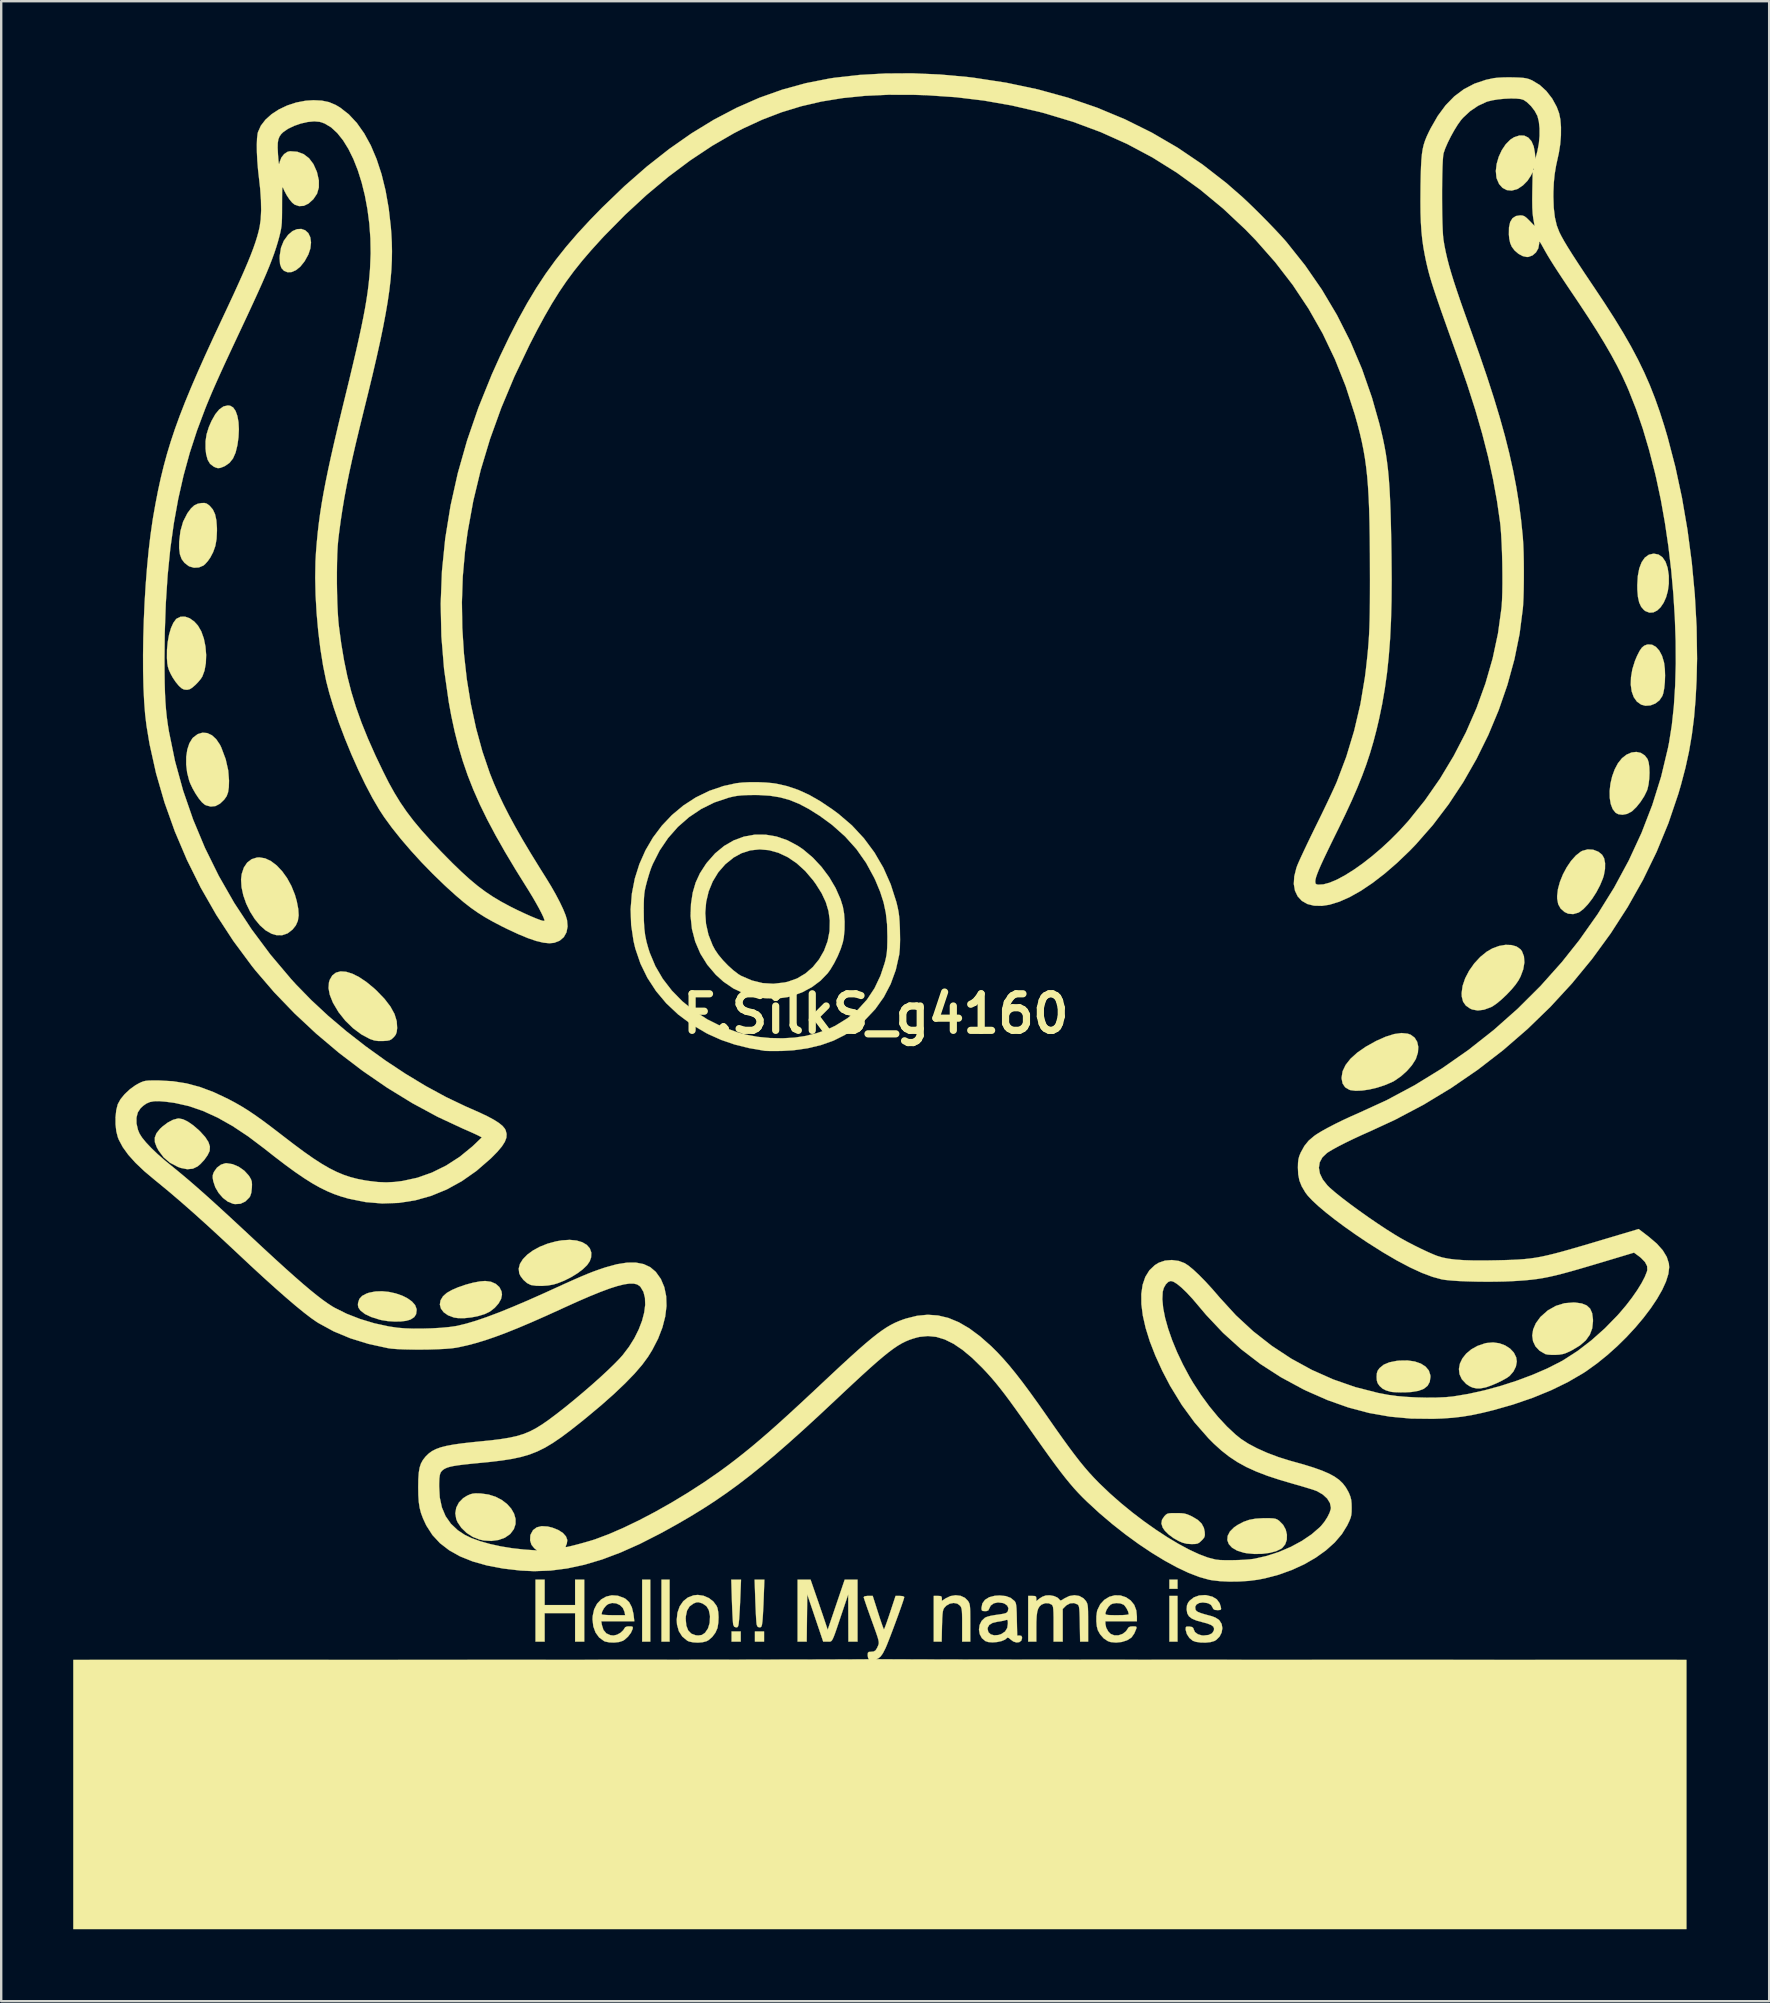
<source format=kicad_pcb>
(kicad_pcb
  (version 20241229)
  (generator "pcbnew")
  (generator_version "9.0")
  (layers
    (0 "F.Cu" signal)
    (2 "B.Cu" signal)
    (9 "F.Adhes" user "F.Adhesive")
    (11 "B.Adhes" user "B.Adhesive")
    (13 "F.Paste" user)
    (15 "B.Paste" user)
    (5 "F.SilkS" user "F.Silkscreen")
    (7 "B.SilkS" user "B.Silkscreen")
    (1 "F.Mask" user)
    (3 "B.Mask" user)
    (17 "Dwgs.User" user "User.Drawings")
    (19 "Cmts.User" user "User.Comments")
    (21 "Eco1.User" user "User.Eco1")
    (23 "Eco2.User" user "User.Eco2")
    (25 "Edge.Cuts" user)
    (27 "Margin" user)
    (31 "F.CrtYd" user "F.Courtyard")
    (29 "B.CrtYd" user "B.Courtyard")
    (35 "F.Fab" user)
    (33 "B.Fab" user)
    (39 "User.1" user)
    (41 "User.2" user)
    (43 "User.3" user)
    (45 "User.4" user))
  (footprint "F.SilkS_g4160"
    (layer "F.Cu")
    (at 33.448 39.199)
    (property "Reference" "F.SilkS_g4160" (at 0 0 0) (layer "F.SilkS") (effects (font (size 1.524 1.524) (thickness 0.3))))
    (attr through_hole)
    (fp_poly (pts (xy -9.398 26.162) (xy -9.737 26.162) (xy -9.737 23.58) (xy -9.398 23.58) (xy -9.398 26.162)) (stroke (width 0.01) (type solid)) (fill yes) (layer "F.SilkS"))
    (fp_poly (pts (xy -8.594 26.162) (xy -8.932 26.162) (xy -8.932 23.58) (xy -8.594 23.58) (xy -8.594 26.162)) (stroke (width 0.01) (type solid)) (fill yes) (layer "F.SilkS"))
    (fp_poly (pts (xy -5.63 26.162) (xy -6.011 26.162) (xy -6.011 25.739) (xy -5.63 25.739) (xy -5.63 26.162)) (stroke (width 0.01) (type solid)) (fill yes) (layer "F.SilkS"))
    (fp_poly (pts (xy -4.657 26.162) (xy -5.038 26.162) (xy -5.038 25.739) (xy -4.657 25.739) (xy -4.657 26.162)) (stroke (width 0.01) (type solid)) (fill yes) (layer "F.SilkS"))
    (fp_poly (pts (xy 12.573 23.961) (xy 12.234 23.961) (xy 12.234 23.58) (xy 12.573 23.58) (xy 12.573 23.961)) (stroke (width 0.01) (type solid)) (fill yes) (layer "F.SilkS"))
    (fp_poly (pts (xy 12.573 26.162) (xy 12.234 26.162) (xy 12.234 24.257) (xy 12.573 24.257) (xy 12.573 26.162)) (stroke (width 0.01) (type solid)) (fill yes) (layer "F.SilkS"))
    (fp_poly (pts (xy -13.801 24.638) (xy -12.531 24.638) (xy -12.531 23.58) (xy -12.15 23.58) (xy -12.15 26.162) (xy -12.531 26.162) (xy -12.531 24.977) (xy -13.801 24.977) (xy -13.801 26.162) (xy -14.182 26.162) (xy -14.182 23.58) (xy -13.801 23.58) (xy -13.801 24.638)) (stroke (width 0.01) (type solid)) (fill yes) (layer "F.SilkS"))
    (fp_poly (pts (xy -5.644 24.268) (xy -5.655 24.529) (xy -5.668 24.788) (xy -5.682 25.021) (xy -5.694 25.203) (xy -5.699 25.262) (xy -5.716 25.421) (xy -5.735 25.513) (xy -5.763 25.557) (xy -5.807 25.569) (xy -5.822 25.569) (xy -5.902 25.542) (xy -5.943 25.453) (xy -5.952 25.376) (xy -5.963 25.23) (xy -5.974 25.028) (xy -5.985 24.786) (xy -5.995 24.518) (xy -5.997 24.458) (xy -6.024 23.58) (xy -5.617 23.58) (xy -5.644 24.268)) (stroke (width 0.01) (type solid)) (fill yes) (layer "F.SilkS"))
    (fp_poly (pts (xy -4.671 24.331) (xy -4.681 24.595) (xy -4.694 24.849) (xy -4.706 25.072) (xy -4.718 25.244) (xy -4.726 25.326) (xy -4.745 25.464) (xy -4.769 25.537) (xy -4.809 25.566) (xy -4.848 25.569) (xy -4.92 25.549) (xy -4.959 25.473) (xy -4.968 25.432) (xy -4.977 25.348) (xy -4.988 25.195) (xy -4.999 24.988) (xy -5.01 24.742) (xy -5.021 24.474) (xy -5.022 24.437) (xy -5.051 23.58) (xy -4.644 23.58) (xy -4.671 24.331)) (stroke (width 0.01) (type solid)) (fill yes) (layer "F.SilkS"))
    (fp_poly (pts (xy -23.78 -32.653) (xy -23.65 -32.535) (xy -23.566 -32.359) (xy -23.537 -32.147) (xy -23.564 -31.894) (xy -23.647 -31.645) (xy -23.795 -31.377) (xy -23.817 -31.344) (xy -23.984 -31.136) (xy -24.164 -30.99) (xy -24.346 -30.911) (xy -24.52 -30.904) (xy -24.665 -30.965) (xy -24.769 -31.078) (xy -24.828 -31.244) (xy -24.845 -31.474) (xy -24.841 -31.592) (xy -24.788 -31.925) (xy -24.673 -32.212) (xy -24.49 -32.464) (xy -24.308 -32.619) (xy -24.121 -32.699) (xy -23.941 -32.709) (xy -23.78 -32.653)) (stroke (width 0.01) (type solid)) (fill yes) (layer "F.SilkS"))
    (fp_poly (pts (xy 32.622 -19.138) (xy 32.784 -19.024) (xy 32.91 -18.838) (xy 32.998 -18.584) (xy 33.046 -18.264) (xy 33.047 -18.242) (xy 33.047 -17.924) (xy 33.008 -17.628) (xy 32.934 -17.36) (xy 32.831 -17.129) (xy 32.704 -16.942) (xy 32.56 -16.806) (xy 32.404 -16.729) (xy 32.24 -16.718) (xy 32.075 -16.781) (xy 32.01 -16.829) (xy 31.895 -16.961) (xy 31.812 -17.139) (xy 31.76 -17.374) (xy 31.735 -17.676) (xy 31.733 -17.865) (xy 31.755 -18.243) (xy 31.816 -18.563) (xy 31.915 -18.821) (xy 32.048 -19.012) (xy 32.214 -19.132) (xy 32.411 -19.177) (xy 32.425 -19.177) (xy 32.622 -19.138)) (stroke (width 0.01) (type solid)) (fill yes) (layer "F.SilkS"))
    (fp_poly (pts (xy -26.906 -25.341) (xy -26.781 -25.268) (xy -26.68 -25.123) (xy -26.606 -24.916) (xy -26.559 -24.658) (xy -26.543 -24.359) (xy -26.559 -24.028) (xy -26.603 -23.704) (xy -26.68 -23.388) (xy -26.788 -23.143) (xy -26.933 -22.96) (xy -27.122 -22.829) (xy -27.188 -22.799) (xy -27.321 -22.749) (xy -27.419 -22.739) (xy -27.52 -22.769) (xy -27.598 -22.807) (xy -27.743 -22.919) (xy -27.845 -23.09) (xy -27.908 -23.326) (xy -27.932 -23.548) (xy -27.932 -23.863) (xy -27.888 -24.154) (xy -27.795 -24.452) (xy -27.684 -24.706) (xy -27.526 -24.987) (xy -27.359 -25.189) (xy -27.184 -25.312) (xy -27.004 -25.353) (xy -26.906 -25.341)) (stroke (width 0.01) (type solid)) (fill yes) (layer "F.SilkS"))
    (fp_poly (pts (xy -26.801 6.266) (xy -26.546 6.375) (xy -26.315 6.539) (xy -26.13 6.742) (xy -26.109 6.773) (xy -26.042 6.888) (xy -26.007 6.987) (xy -25.997 7.107) (xy -26.002 7.248) (xy -26.024 7.452) (xy -26.069 7.593) (xy -26.102 7.648) (xy -26.276 7.822) (xy -26.477 7.916) (xy -26.703 7.93) (xy -26.787 7.916) (xy -27.002 7.828) (xy -27.206 7.673) (xy -27.386 7.467) (xy -27.526 7.229) (xy -27.609 6.981) (xy -27.634 6.835) (xy -27.633 6.732) (xy -27.602 6.634) (xy -27.577 6.58) (xy -27.455 6.409) (xy -27.291 6.286) (xy -27.108 6.228) (xy -27.055 6.225) (xy -26.801 6.266)) (stroke (width 0.01) (type solid)) (fill yes) (layer "F.SilkS"))
    (fp_poly (pts (xy -16.039 11.165) (xy -15.838 11.253) (xy -15.687 11.389) (xy -15.598 11.564) (xy -15.579 11.703) (xy -15.616 11.881) (xy -15.721 12.07) (xy -15.88 12.251) (xy -16.08 12.407) (xy -16.093 12.415) (xy -16.299 12.513) (xy -16.559 12.593) (xy -16.847 12.651) (xy -17.135 12.682) (xy -17.398 12.683) (xy -17.58 12.657) (xy -17.826 12.565) (xy -18.008 12.438) (xy -18.123 12.284) (xy -18.168 12.115) (xy -18.14 11.94) (xy -18.036 11.769) (xy -17.877 11.629) (xy -17.665 11.508) (xy -17.395 11.391) (xy -17.092 11.288) (xy -16.784 11.205) (xy -16.496 11.151) (xy -16.28 11.134) (xy -16.039 11.165)) (stroke (width 0.01) (type solid)) (fill yes) (layer "F.SilkS"))
    (fp_poly (pts (xy 32.35 -15.381) (xy 32.51 -15.292) (xy 32.65 -15.135) (xy 32.764 -14.92) (xy 32.844 -14.655) (xy 32.854 -14.601) (xy 32.882 -14.365) (xy 32.891 -14.1) (xy 32.882 -13.828) (xy 32.857 -13.574) (xy 32.817 -13.361) (xy 32.778 -13.247) (xy 32.657 -13.065) (xy 32.484 -12.931) (xy 32.283 -12.853) (xy 32.071 -12.838) (xy 31.895 -12.885) (xy 31.718 -13.01) (xy 31.586 -13.196) (xy 31.5 -13.435) (xy 31.461 -13.716) (xy 31.471 -14.028) (xy 31.528 -14.363) (xy 31.636 -14.709) (xy 31.723 -14.915) (xy 31.827 -15.12) (xy 31.922 -15.258) (xy 32.022 -15.342) (xy 32.139 -15.386) (xy 32.179 -15.393) (xy 32.35 -15.381)) (stroke (width 0.01) (type solid)) (fill yes) (layer "F.SilkS"))
    (fp_poly (pts (xy -28.87 4.395) (xy -28.667 4.494) (xy -28.443 4.649) (xy -28.208 4.853) (xy -28.153 4.907) (xy -27.945 5.138) (xy -27.812 5.343) (xy -27.751 5.528) (xy -27.76 5.699) (xy -27.768 5.73) (xy -27.851 5.898) (xy -27.983 6.084) (xy -28.143 6.257) (xy -28.263 6.359) (xy -28.46 6.454) (xy -28.695 6.476) (xy -28.963 6.423) (xy -29.088 6.377) (xy -29.413 6.207) (xy -29.677 5.983) (xy -29.891 5.697) (xy -29.967 5.558) (xy -30.044 5.349) (xy -30.048 5.16) (xy -29.978 4.978) (xy -29.83 4.793) (xy -29.737 4.706) (xy -29.511 4.534) (xy -29.289 4.417) (xy -29.088 4.363) (xy -29.038 4.361) (xy -28.87 4.395)) (stroke (width 0.01) (type solid)) (fill yes) (layer "F.SilkS"))
    (fp_poly (pts (xy -25.448 -6.479) (xy -25.204 -6.363) (xy -24.965 -6.181) (xy -24.739 -5.941) (xy -24.532 -5.652) (xy -24.353 -5.324) (xy -24.208 -4.964) (xy -24.131 -4.694) (xy -24.068 -4.368) (xy -24.052 -4.1) (xy -24.085 -3.876) (xy -24.169 -3.685) (xy -24.304 -3.514) (xy -24.51 -3.354) (xy -24.738 -3.276) (xy -24.985 -3.28) (xy -25.178 -3.336) (xy -25.426 -3.476) (xy -25.663 -3.686) (xy -25.882 -3.951) (xy -26.076 -4.258) (xy -26.237 -4.591) (xy -26.358 -4.935) (xy -26.432 -5.277) (xy -26.452 -5.602) (xy -26.425 -5.828) (xy -26.336 -6.095) (xy -26.197 -6.302) (xy -26.013 -6.443) (xy -25.791 -6.513) (xy -25.688 -6.519) (xy -25.448 -6.479)) (stroke (width 0.01) (type solid)) (fill yes) (layer "F.SilkS"))
    (fp_poly (pts (xy -20.285 11.59) (xy -20.005 11.652) (xy -19.743 11.742) (xy -19.514 11.857) (xy -19.328 11.991) (xy -19.198 12.14) (xy -19.138 12.3) (xy -19.135 12.344) (xy -19.157 12.516) (xy -19.234 12.638) (xy -19.379 12.734) (xy -19.403 12.745) (xy -19.573 12.794) (xy -19.801 12.821) (xy -20.064 12.824) (xy -20.337 12.806) (xy -20.598 12.764) (xy -20.683 12.744) (xy -21.026 12.635) (xy -21.289 12.511) (xy -21.469 12.371) (xy -21.489 12.348) (xy -21.562 12.241) (xy -21.583 12.134) (xy -21.576 12.046) (xy -21.523 11.882) (xy -21.409 11.756) (xy -21.224 11.658) (xy -21.116 11.622) (xy -20.853 11.57) (xy -20.572 11.561) (xy -20.285 11.59)) (stroke (width 0.01) (type solid)) (fill yes) (layer "F.SilkS"))
    (fp_poly (pts (xy -16.507 19.987) (xy -16.455 19.989) (xy -16.134 20.034) (xy -15.841 20.127) (xy -15.584 20.262) (xy -15.366 20.429) (xy -15.195 20.621) (xy -15.075 20.83) (xy -15.013 21.047) (xy -15.014 21.264) (xy -15.084 21.474) (xy -15.229 21.669) (xy -15.244 21.684) (xy -15.458 21.832) (xy -15.723 21.927) (xy -16.021 21.967) (xy -16.336 21.948) (xy -16.519 21.908) (xy -16.799 21.797) (xy -17.056 21.629) (xy -17.272 21.421) (xy -17.43 21.187) (xy -17.485 21.056) (xy -17.524 20.814) (xy -17.484 20.579) (xy -17.373 20.364) (xy -17.196 20.183) (xy -17.033 20.082) (xy -16.908 20.026) (xy -16.799 19.995) (xy -16.676 19.983) (xy -16.507 19.987)) (stroke (width 0.01) (type solid)) (fill yes) (layer "F.SilkS"))
    (fp_poly (pts (xy -2.481 24.268) (xy -2.391 24.527) (xy -2.301 24.791) (xy -2.218 25.033) (xy -2.151 25.232) (xy -2.124 25.312) (xy -2.005 25.669) (xy -1.651 24.624) (xy -1.297 23.58) (xy -0.762 23.58) (xy -0.762 26.162) (xy -1.143 26.162) (xy -1.15 24.194) (xy -1.421 24.998) (xy -1.534 25.334) (xy -1.623 25.599) (xy -1.693 25.801) (xy -1.748 25.948) (xy -1.793 26.049) (xy -1.83 26.113) (xy -1.866 26.148) (xy -1.904 26.162) (xy -1.948 26.164) (xy -2.002 26.162) (xy -2.01 26.162) (xy -2.193 26.162) (xy -2.857 24.194) (xy -2.88 26.162) (xy -3.26 26.162) (xy -3.26 23.58) (xy -2.719 23.58) (xy -2.481 24.268)) (stroke (width 0.01) (type solid)) (fill yes) (layer "F.SilkS"))
    (fp_poly (pts (xy 29.895 -6.839) (xy 30.111 -6.755) (xy 30.267 -6.629) (xy 30.351 -6.481) (xy 30.391 -6.278) (xy 30.388 -6.037) (xy 30.341 -5.777) (xy 30.302 -5.649) (xy 30.182 -5.359) (xy 30.03 -5.07) (xy 29.856 -4.798) (xy 29.671 -4.559) (xy 29.487 -4.366) (xy 29.313 -4.235) (xy 29.275 -4.216) (xy 29.061 -4.155) (xy 28.852 -4.173) (xy 28.7 -4.244) (xy 28.537 -4.389) (xy 28.437 -4.569) (xy 28.395 -4.797) (xy 28.393 -4.908) (xy 28.426 -5.195) (xy 28.51 -5.502) (xy 28.635 -5.812) (xy 28.794 -6.109) (xy 28.975 -6.375) (xy 29.172 -6.596) (xy 29.373 -6.754) (xy 29.439 -6.79) (xy 29.664 -6.852) (xy 29.895 -6.839)) (stroke (width 0.01) (type solid)) (fill yes) (layer "F.SilkS"))
    (fp_poly (pts (xy 31.882 -10.874) (xy 32.046 -10.768) (xy 32.161 -10.617) (xy 32.207 -10.477) (xy 32.234 -10.278) (xy 32.242 -10.044) (xy 32.231 -9.797) (xy 32.203 -9.562) (xy 32.157 -9.361) (xy 32.137 -9.304) (xy 32.024 -9.072) (xy 31.871 -8.835) (xy 31.699 -8.62) (xy 31.527 -8.453) (xy 31.49 -8.425) (xy 31.308 -8.331) (xy 31.118 -8.295) (xy 30.941 -8.319) (xy 30.828 -8.38) (xy 30.708 -8.532) (xy 30.627 -8.744) (xy 30.585 -9.001) (xy 30.581 -9.289) (xy 30.615 -9.593) (xy 30.686 -9.898) (xy 30.793 -10.19) (xy 30.928 -10.443) (xy 31.096 -10.653) (xy 31.288 -10.802) (xy 31.491 -10.89) (xy 31.693 -10.914) (xy 31.882 -10.874)) (stroke (width 0.01) (type solid)) (fill yes) (layer "F.SilkS"))
    (fp_poly (pts (xy 16.42 21.02) (xy 16.559 21.027) (xy 16.654 21.043) (xy 16.726 21.072) (xy 16.797 21.119) (xy 16.814 21.133) (xy 16.975 21.297) (xy 17.082 21.494) (xy 17.132 21.706) (xy 17.127 21.915) (xy 17.063 22.105) (xy 16.94 22.257) (xy 16.895 22.291) (xy 16.684 22.393) (xy 16.413 22.464) (xy 16.105 22.504) (xy 15.78 22.51) (xy 15.459 22.48) (xy 15.333 22.457) (xy 15.054 22.369) (xy 14.846 22.247) (xy 14.71 22.098) (xy 14.648 21.932) (xy 14.663 21.755) (xy 14.755 21.576) (xy 14.927 21.403) (xy 15.072 21.303) (xy 15.32 21.172) (xy 15.564 21.086) (xy 15.832 21.037) (xy 16.15 21.019) (xy 16.217 21.018) (xy 16.42 21.02)) (stroke (width 0.01) (type solid)) (fill yes) (layer "F.SilkS"))
    (fp_poly (pts (xy 22.462 14.489) (xy 22.714 14.576) (xy 22.911 14.703) (xy 23.046 14.865) (xy 23.109 15.059) (xy 23.114 15.13) (xy 23.084 15.338) (xy 22.994 15.502) (xy 22.838 15.626) (xy 22.614 15.712) (xy 22.318 15.761) (xy 22.077 15.774) (xy 21.87 15.776) (xy 21.679 15.771) (xy 21.53 15.761) (xy 21.463 15.751) (xy 21.261 15.693) (xy 21.115 15.618) (xy 20.998 15.512) (xy 20.983 15.494) (xy 20.912 15.39) (xy 20.878 15.276) (xy 20.87 15.132) (xy 20.879 14.982) (xy 20.912 14.876) (xy 20.985 14.773) (xy 20.999 14.758) (xy 21.167 14.621) (xy 21.399 14.524) (xy 21.702 14.463) (xy 21.823 14.451) (xy 22.163 14.446) (xy 22.462 14.489)) (stroke (width 0.01) (type solid)) (fill yes) (layer "F.SilkS"))
    (fp_poly (pts (xy -27.884 -21.263) (xy -27.784 -21.191) (xy -27.756 -21.167) (xy -27.627 -21.016) (xy -27.536 -20.82) (xy -27.481 -20.567) (xy -27.458 -20.247) (xy -27.457 -20.13) (xy -27.473 -19.787) (xy -27.524 -19.498) (xy -27.617 -19.236) (xy -27.737 -19.009) (xy -27.837 -18.867) (xy -27.948 -18.743) (xy -28.02 -18.681) (xy -28.208 -18.602) (xy -28.415 -18.59) (xy -28.61 -18.646) (xy -28.642 -18.664) (xy -28.811 -18.794) (xy -28.929 -18.952) (xy -29.001 -19.152) (xy -29.033 -19.407) (xy -29.03 -19.679) (xy -28.978 -20.122) (xy -28.867 -20.51) (xy -28.694 -20.85) (xy -28.678 -20.875) (xy -28.537 -21.064) (xy -28.404 -21.187) (xy -28.26 -21.256) (xy -28.11 -21.284) (xy -27.978 -21.289) (xy -27.884 -21.263)) (stroke (width 0.01) (type solid)) (fill yes) (layer "F.SilkS"))
    (fp_poly (pts (xy -27.861 -11.7) (xy -27.667 -11.609) (xy -27.489 -11.446) (xy -27.332 -11.215) (xy -27.276 -11.099) (xy -27.093 -10.611) (xy -26.987 -10.142) (xy -26.954 -9.716) (xy -26.962 -9.445) (xy -26.992 -9.237) (xy -27.052 -9.072) (xy -27.153 -8.928) (xy -27.3 -8.786) (xy -27.34 -8.752) (xy -27.517 -8.658) (xy -27.716 -8.637) (xy -27.916 -8.69) (xy -27.972 -8.721) (xy -28.085 -8.818) (xy -28.213 -8.974) (xy -28.345 -9.171) (xy -28.469 -9.388) (xy -28.571 -9.604) (xy -28.614 -9.719) (xy -28.699 -10.05) (xy -28.739 -10.387) (xy -28.737 -10.714) (xy -28.692 -11.015) (xy -28.606 -11.275) (xy -28.482 -11.478) (xy -28.447 -11.515) (xy -28.259 -11.656) (xy -28.06 -11.716) (xy -27.861 -11.7)) (stroke (width 0.01) (type solid)) (fill yes) (layer "F.SilkS"))
    (fp_poly (pts (xy -12.471 9.447) (xy -12.231 9.519) (xy -12.044 9.63) (xy -11.917 9.776) (xy -11.855 9.952) (xy -11.865 10.153) (xy -11.922 10.313) (xy -12.032 10.473) (xy -12.209 10.644) (xy -12.437 10.815) (xy -12.7 10.977) (xy -12.983 11.119) (xy -13.27 11.232) (xy -13.439 11.282) (xy -13.662 11.321) (xy -13.911 11.339) (xy -14.152 11.334) (xy -14.351 11.306) (xy -14.382 11.298) (xy -14.536 11.22) (xy -14.687 11.086) (xy -14.808 10.926) (xy -14.86 10.814) (xy -14.882 10.618) (xy -14.829 10.418) (xy -14.706 10.222) (xy -14.522 10.034) (xy -14.284 9.86) (xy -14 9.706) (xy -13.678 9.578) (xy -13.326 9.483) (xy -13.086 9.441) (xy -12.758 9.42) (xy -12.471 9.447)) (stroke (width 0.01) (type solid)) (fill yes) (layer "F.SilkS"))
    (fp_poly (pts (xy 12.711 20.81) (xy 12.852 20.824) (xy 12.974 20.857) (xy 13.109 20.914) (xy 13.177 20.947) (xy 13.415 21.088) (xy 13.577 21.243) (xy 13.672 21.423) (xy 13.707 21.591) (xy 13.713 21.722) (xy 13.692 21.811) (xy 13.629 21.895) (xy 13.577 21.949) (xy 13.488 22.031) (xy 13.41 22.076) (xy 13.309 22.094) (xy 13.159 22.098) (xy 12.96 22.085) (xy 12.783 22.04) (xy 12.63 21.975) (xy 12.408 21.85) (xy 12.206 21.7) (xy 12.045 21.542) (xy 11.956 21.415) (xy 11.901 21.243) (xy 11.926 21.085) (xy 12.019 20.945) (xy 12.082 20.879) (xy 12.139 20.838) (xy 12.214 20.817) (xy 12.327 20.808) (xy 12.502 20.807) (xy 12.518 20.807) (xy 12.711 20.81)) (stroke (width 0.01) (type solid)) (fill yes) (layer "F.SilkS"))
    (fp_poly (pts (xy 22.164 0.827) (xy 22.292 0.872) (xy 22.454 0.993) (xy 22.56 1.165) (xy 22.607 1.376) (xy 22.592 1.612) (xy 22.513 1.86) (xy 22.491 1.907) (xy 22.34 2.144) (xy 22.13 2.384) (xy 21.884 2.604) (xy 21.623 2.785) (xy 21.501 2.85) (xy 21.199 2.977) (xy 20.88 3.08) (xy 20.563 3.154) (xy 20.263 3.198) (xy 19.999 3.208) (xy 19.786 3.182) (xy 19.731 3.165) (xy 19.56 3.063) (xy 19.453 2.906) (xy 19.411 2.695) (xy 19.411 2.653) (xy 19.453 2.392) (xy 19.578 2.131) (xy 19.783 1.871) (xy 20.065 1.616) (xy 20.422 1.369) (xy 20.85 1.131) (xy 21.25 0.953) (xy 21.602 0.843) (xy 21.907 0.801) (xy 22.164 0.827)) (stroke (width 0.01) (type solid)) (fill yes) (layer "F.SilkS"))
    (fp_poly (pts (xy 25.987 13.73) (xy 26.227 13.819) (xy 26.432 13.951) (xy 26.59 14.12) (xy 26.687 14.317) (xy 26.712 14.49) (xy 26.675 14.698) (xy 26.572 14.906) (xy 26.419 15.083) (xy 26.407 15.094) (xy 26.279 15.183) (xy 26.095 15.285) (xy 25.882 15.389) (xy 25.665 15.481) (xy 25.47 15.551) (xy 25.392 15.573) (xy 25.195 15.61) (xy 25.034 15.611) (xy 24.871 15.576) (xy 24.758 15.525) (xy 24.63 15.443) (xy 24.591 15.412) (xy 24.42 15.226) (xy 24.325 15.019) (xy 24.3 14.8) (xy 24.341 14.578) (xy 24.443 14.363) (xy 24.602 14.162) (xy 24.814 13.984) (xy 25.074 13.839) (xy 25.377 13.735) (xy 25.453 13.718) (xy 25.725 13.694) (xy 25.987 13.73)) (stroke (width 0.01) (type solid)) (fill yes) (layer "F.SilkS"))
    (fp_poly (pts (xy 26.489 -2.866) (xy 26.701 -2.805) (xy 26.864 -2.691) (xy 26.926 -2.61) (xy 27.01 -2.394) (xy 27.028 -2.139) (xy 26.981 -1.856) (xy 26.871 -1.56) (xy 26.785 -1.397) (xy 26.661 -1.216) (xy 26.492 -1.013) (xy 26.295 -0.805) (xy 26.088 -0.609) (xy 25.887 -0.44) (xy 25.709 -0.316) (xy 25.638 -0.278) (xy 25.346 -0.171) (xy 25.085 -0.138) (xy 24.852 -0.181) (xy 24.766 -0.219) (xy 24.586 -0.345) (xy 24.473 -0.507) (xy 24.419 -0.718) (xy 24.413 -0.864) (xy 24.453 -1.165) (xy 24.561 -1.482) (xy 24.726 -1.798) (xy 24.938 -2.098) (xy 25.186 -2.367) (xy 25.458 -2.589) (xy 25.694 -2.725) (xy 25.973 -2.828) (xy 26.242 -2.874) (xy 26.489 -2.866)) (stroke (width 0.01) (type solid)) (fill yes) (layer "F.SilkS"))
    (fp_poly (pts (xy 29.149 12.032) (xy 29.423 12.071) (xy 29.627 12.154) (xy 29.768 12.286) (xy 29.852 12.475) (xy 29.885 12.728) (xy 29.887 12.806) (xy 29.855 13.106) (xy 29.756 13.371) (xy 29.587 13.608) (xy 29.342 13.821) (xy 29.019 14.016) (xy 28.961 14.046) (xy 28.779 14.13) (xy 28.63 14.179) (xy 28.478 14.204) (xy 28.323 14.213) (xy 28.152 14.212) (xy 28.002 14.201) (xy 27.904 14.181) (xy 27.899 14.179) (xy 27.66 14.04) (xy 27.49 13.859) (xy 27.388 13.644) (xy 27.355 13.405) (xy 27.394 13.152) (xy 27.506 12.894) (xy 27.69 12.641) (xy 27.709 12.621) (xy 28.005 12.359) (xy 28.338 12.171) (xy 28.698 12.06) (xy 29.08 12.029) (xy 29.149 12.032)) (stroke (width 0.01) (type solid)) (fill yes) (layer "F.SilkS"))
    (fp_poly (pts (xy -28.595 -16.485) (xy -28.405 -16.35) (xy -28.25 -16.18) (xy -28.109 -15.937) (xy -28.003 -15.638) (xy -27.935 -15.303) (xy -27.907 -14.955) (xy -27.919 -14.614) (xy -27.975 -14.302) (xy -28.067 -14.055) (xy -28.139 -13.946) (xy -28.25 -13.814) (xy -28.358 -13.704) (xy -28.487 -13.592) (xy -28.586 -13.53) (xy -28.68 -13.506) (xy -28.729 -13.504) (xy -28.832 -13.516) (xy -28.922 -13.56) (xy -29.027 -13.652) (xy -29.064 -13.691) (xy -29.177 -13.829) (xy -29.296 -14.005) (xy -29.384 -14.163) (xy -29.456 -14.321) (xy -29.5 -14.458) (xy -29.526 -14.61) (xy -29.54 -14.808) (xy -29.541 -14.834) (xy -29.539 -15.169) (xy -29.508 -15.497) (xy -29.452 -15.803) (xy -29.373 -16.073) (xy -29.276 -16.291) (xy -29.164 -16.444) (xy -29.136 -16.469) (xy -28.972 -16.548) (xy -28.788 -16.552) (xy -28.595 -16.485)) (stroke (width 0.01) (type solid)) (fill yes) (layer "F.SilkS"))
    (fp_poly (pts (xy -22.077 -1.753) (xy -21.819 -1.674) (xy -21.535 -1.532) (xy -21.23 -1.328) (xy -20.909 -1.063) (xy -20.804 -0.966) (xy -20.475 -0.625) (xy -20.227 -0.302) (xy -20.057 0.008) (xy -19.965 0.306) (xy -19.947 0.596) (xy -19.948 0.599) (xy -19.966 0.755) (xy -20.002 0.862) (xy -20.07 0.953) (xy -20.101 0.985) (xy -20.179 1.057) (xy -20.256 1.099) (xy -20.358 1.121) (xy -20.513 1.132) (xy -20.542 1.133) (xy -20.741 1.133) (xy -20.898 1.111) (xy -21.056 1.058) (xy -21.087 1.046) (xy -21.442 0.856) (xy -21.787 0.598) (xy -22.108 0.285) (xy -22.388 -0.067) (xy -22.612 -0.443) (xy -22.635 -0.49) (xy -22.757 -0.799) (xy -22.807 -1.07) (xy -22.789 -1.313) (xy -22.757 -1.416) (xy -22.65 -1.6) (xy -22.497 -1.717) (xy -22.305 -1.768) (xy -22.077 -1.753)) (stroke (width 0.01) (type solid)) (fill yes) (layer "F.SilkS"))
    (fp_poly (pts (xy 3.534 24.254) (xy 3.715 24.338) (xy 3.84 24.464) (xy 3.874 24.52) (xy 3.9 24.577) (xy 3.917 24.651) (xy 3.928 24.754) (xy 3.934 24.901) (xy 3.936 25.105) (xy 3.937 25.38) (xy 3.937 25.385) (xy 3.937 26.162) (xy 3.598 26.162) (xy 3.598 25.469) (xy 3.598 25.209) (xy 3.594 25.019) (xy 3.587 24.886) (xy 3.573 24.795) (xy 3.553 24.732) (xy 3.524 24.682) (xy 3.511 24.665) (xy 3.393 24.578) (xy 3.243 24.551) (xy 3.083 24.581) (xy 2.936 24.665) (xy 2.848 24.761) (xy 2.817 24.819) (xy 2.795 24.901) (xy 2.78 25.021) (xy 2.768 25.192) (xy 2.761 25.43) (xy 2.758 25.516) (xy 2.744 26.162) (xy 2.413 26.162) (xy 2.413 24.257) (xy 2.582 24.257) (xy 2.691 24.263) (xy 2.74 24.29) (xy 2.752 24.354) (xy 2.752 24.362) (xy 2.752 24.466) (xy 2.903 24.364) (xy 3.108 24.265) (xy 3.325 24.229) (xy 3.534 24.254)) (stroke (width 0.01) (type solid)) (fill yes) (layer "F.SilkS"))
    (fp_poly (pts (xy -7.182 24.25) (xy -6.959 24.346) (xy -6.77 24.491) (xy -6.636 24.672) (xy -6.6 24.757) (xy -6.566 24.928) (xy -6.553 25.145) (xy -6.563 25.372) (xy -6.594 25.574) (xy -6.601 25.602) (xy -6.684 25.791) (xy -6.817 25.968) (xy -6.976 26.104) (xy -7.057 26.147) (xy -7.22 26.189) (xy -7.417 26.205) (xy -7.617 26.193) (xy -7.786 26.157) (xy -7.855 26.125) (xy -8.066 25.951) (xy -8.209 25.726) (xy -8.285 25.45) (xy -8.297 25.26) (xy -8.294 25.228) (xy -7.922 25.228) (xy -7.897 25.495) (xy -7.819 25.696) (xy -7.689 25.83) (xy -7.507 25.898) (xy -7.394 25.907) (xy -7.25 25.885) (xy -7.13 25.805) (xy -7.112 25.788) (xy -6.993 25.612) (xy -6.924 25.384) (xy -6.91 25.122) (xy -6.915 25.064) (xy -6.962 24.843) (xy -7.058 24.686) (xy -7.21 24.58) (xy -7.268 24.557) (xy -7.385 24.523) (xy -7.474 24.526) (xy -7.583 24.569) (xy -7.602 24.578) (xy -7.763 24.697) (xy -7.867 24.871) (xy -7.917 25.107) (xy -7.922 25.228) (xy -8.294 25.228) (xy -8.265 24.954) (xy -8.172 24.691) (xy -8.025 24.478) (xy -7.831 24.323) (xy -7.596 24.234) (xy -7.418 24.216) (xy -7.182 24.25)) (stroke (width 0.01) (type solid)) (fill yes) (layer "F.SilkS"))
    (fp_poly (pts (xy -10.749 24.25) (xy -10.492 24.345) (xy -10.426 24.382) (xy -10.277 24.522) (xy -10.167 24.731) (xy -10.101 25) (xy -10.094 25.054) (xy -10.064 25.315) (xy -11.441 25.315) (xy -11.416 25.468) (xy -11.35 25.676) (xy -11.23 25.819) (xy -11.059 25.895) (xy -10.93 25.908) (xy -10.785 25.875) (xy -10.638 25.794) (xy -10.523 25.685) (xy -10.491 25.633) (xy -10.442 25.561) (xy -10.362 25.531) (xy -10.276 25.527) (xy -10.169 25.531) (xy -10.127 25.554) (xy -10.13 25.614) (xy -10.137 25.643) (xy -10.206 25.797) (xy -10.326 25.955) (xy -10.472 26.086) (xy -10.544 26.13) (xy -10.702 26.18) (xy -10.902 26.202) (xy -11.106 26.195) (xy -11.28 26.159) (xy -11.324 26.14) (xy -11.528 25.992) (xy -11.679 25.785) (xy -11.773 25.528) (xy -11.806 25.234) (xy -11.799 25.099) (xy -11.783 25.022) (xy -11.43 25.022) (xy -11.39 25.038) (xy -11.281 25.05) (xy -11.119 25.059) (xy -10.938 25.061) (xy -10.446 25.061) (xy -10.472 24.924) (xy -10.541 24.761) (xy -10.664 24.64) (xy -10.821 24.568) (xy -10.991 24.552) (xy -11.153 24.6) (xy -11.234 24.658) (xy -11.333 24.777) (xy -11.405 24.913) (xy -11.43 25.022) (xy -11.783 25.022) (xy -11.738 24.817) (xy -11.617 24.584) (xy -11.446 24.405) (xy -11.237 24.286) (xy -11.001 24.232) (xy -10.749 24.25)) (stroke (width 0.01) (type solid)) (fill yes) (layer "F.SilkS"))
    (fp_poly (pts (xy 8.481 24.26) (xy 8.654 24.357) (xy 8.751 24.464) (xy 8.785 24.52) (xy 8.81 24.577) (xy 8.828 24.651) (xy 8.839 24.755) (xy 8.845 24.903) (xy 8.847 25.107) (xy 8.848 25.383) (xy 8.848 26.162) (xy 8.514 26.162) (xy 8.501 25.418) (xy 8.496 25.148) (xy 8.489 24.95) (xy 8.48 24.812) (xy 8.467 24.72) (xy 8.449 24.663) (xy 8.424 24.628) (xy 8.406 24.613) (xy 8.26 24.555) (xy 8.098 24.567) (xy 7.947 24.647) (xy 7.913 24.677) (xy 7.789 24.801) (xy 7.789 26.162) (xy 7.408 26.162) (xy 7.408 25.428) (xy 7.408 25.159) (xy 7.404 24.961) (xy 7.397 24.823) (xy 7.386 24.731) (xy 7.368 24.673) (xy 7.343 24.635) (xy 7.331 24.623) (xy 7.209 24.565) (xy 7.059 24.562) (xy 6.917 24.615) (xy 6.905 24.622) (xy 6.825 24.694) (xy 6.767 24.789) (xy 6.727 24.92) (xy 6.703 25.101) (xy 6.691 25.343) (xy 6.689 25.568) (xy 6.689 26.162) (xy 6.35 26.162) (xy 6.35 24.257) (xy 6.519 24.257) (xy 6.628 24.263) (xy 6.677 24.29) (xy 6.689 24.354) (xy 6.689 24.367) (xy 6.689 24.476) (xy 6.813 24.372) (xy 6.94 24.292) (xy 7.08 24.241) (xy 7.087 24.239) (xy 7.253 24.232) (xy 7.422 24.263) (xy 7.563 24.324) (xy 7.635 24.387) (xy 7.675 24.438) (xy 7.715 24.447) (xy 7.782 24.413) (xy 7.852 24.366) (xy 8.063 24.263) (xy 8.278 24.228) (xy 8.481 24.26)) (stroke (width 0.01) (type solid)) (fill yes) (layer "F.SilkS"))
    (fp_poly (pts (xy 10.194 24.238) (xy 10.426 24.314) (xy 10.621 24.448) (xy 10.77 24.632) (xy 10.855 24.86) (xy 10.88 25.119) (xy 10.88 25.315) (xy 9.567 25.315) (xy 9.567 25.423) (xy 9.601 25.584) (xy 9.688 25.741) (xy 9.788 25.842) (xy 9.942 25.902) (xy 10.117 25.899) (xy 10.286 25.84) (xy 10.425 25.731) (xy 10.478 25.653) (xy 10.534 25.57) (xy 10.609 25.534) (xy 10.714 25.527) (xy 10.822 25.531) (xy 10.864 25.553) (xy 10.861 25.605) (xy 10.856 25.622) (xy 10.772 25.822) (xy 10.664 25.977) (xy 10.639 26.002) (xy 10.467 26.109) (xy 10.248 26.178) (xy 10.012 26.203) (xy 9.788 26.182) (xy 9.673 26.144) (xy 9.498 26.028) (xy 9.345 25.854) (xy 9.252 25.687) (xy 9.21 25.527) (xy 9.19 25.32) (xy 9.192 25.103) (xy 9.206 24.996) (xy 9.567 24.996) (xy 9.579 25.024) (xy 9.623 25.043) (xy 9.713 25.055) (xy 9.863 25.06) (xy 10.054 25.061) (xy 10.28 25.058) (xy 10.44 25.047) (xy 10.527 25.03) (xy 10.541 25.018) (xy 10.515 24.908) (xy 10.45 24.777) (xy 10.369 24.663) (xy 10.324 24.622) (xy 10.191 24.57) (xy 10.025 24.556) (xy 9.867 24.582) (xy 9.788 24.619) (xy 9.694 24.715) (xy 9.613 24.843) (xy 9.57 24.967) (xy 9.567 24.996) (xy 9.206 24.996) (xy 9.217 24.91) (xy 9.235 24.845) (xy 9.353 24.605) (xy 9.523 24.421) (xy 9.728 24.295) (xy 9.956 24.233) (xy 10.194 24.238)) (stroke (width 0.01) (type solid)) (fill yes) (layer "F.SilkS"))
    (fp_poly (pts (xy 13.781 24.229) (xy 14.029 24.291) (xy 14.21 24.401) (xy 14.328 24.562) (xy 14.377 24.714) (xy 14.39 24.802) (xy 14.367 24.84) (xy 14.288 24.849) (xy 14.239 24.85) (xy 14.126 24.841) (xy 14.064 24.801) (xy 14.026 24.726) (xy 13.969 24.633) (xy 13.868 24.574) (xy 13.803 24.554) (xy 13.625 24.53) (xy 13.475 24.553) (xy 13.365 24.616) (xy 13.31 24.708) (xy 13.322 24.823) (xy 13.334 24.847) (xy 13.367 24.889) (xy 13.428 24.928) (xy 13.529 24.969) (xy 13.683 25.017) (xy 13.902 25.077) (xy 14.008 25.105) (xy 14.156 25.163) (xy 14.289 25.249) (xy 14.315 25.273) (xy 14.411 25.424) (xy 14.442 25.601) (xy 14.411 25.785) (xy 14.324 25.955) (xy 14.186 26.092) (xy 14.108 26.137) (xy 13.951 26.183) (xy 13.748 26.204) (xy 13.534 26.2) (xy 13.339 26.172) (xy 13.211 26.127) (xy 13.068 26.01) (xy 12.962 25.847) (xy 12.913 25.671) (xy 12.912 25.642) (xy 12.919 25.564) (xy 12.956 25.533) (xy 13.049 25.533) (xy 13.07 25.535) (xy 13.181 25.555) (xy 13.231 25.6) (xy 13.243 25.643) (xy 13.299 25.763) (xy 13.42 25.854) (xy 13.584 25.903) (xy 13.661 25.908) (xy 13.872 25.884) (xy 14.014 25.814) (xy 14.087 25.698) (xy 14.096 25.623) (xy 14.067 25.54) (xy 13.971 25.468) (xy 13.803 25.403) (xy 13.631 25.358) (xy 13.366 25.286) (xy 13.175 25.205) (xy 13.049 25.107) (xy 12.979 24.984) (xy 12.954 24.828) (xy 12.954 24.801) (xy 12.967 24.651) (xy 13.016 24.536) (xy 13.08 24.455) (xy 13.253 24.319) (xy 13.472 24.24) (xy 13.718 24.223) (xy 13.781 24.229)) (stroke (width 0.01) (type solid)) (fill yes) (layer "F.SilkS"))
    (fp_poly (pts (xy 5.419 24.265) (xy 5.617 24.338) (xy 5.775 24.465) (xy 5.779 24.469) (xy 5.811 24.512) (xy 5.835 24.569) (xy 5.851 24.654) (xy 5.863 24.78) (xy 5.871 24.962) (xy 5.877 25.214) (xy 5.877 25.235) (xy 5.892 25.908) (xy 5.994 25.908) (xy 6.072 25.927) (xy 6.096 25.999) (xy 6.096 26.012) (xy 6.063 26.122) (xy 5.978 26.185) (xy 5.861 26.198) (xy 5.731 26.158) (xy 5.627 26.081) (xy 5.543 26.011) (xy 5.486 25.994) (xy 5.477 26.001) (xy 5.386 26.079) (xy 5.237 26.141) (xy 5.054 26.18) (xy 4.863 26.195) (xy 4.688 26.181) (xy 4.567 26.141) (xy 4.42 26.018) (xy 4.331 25.852) (xy 4.299 25.663) (xy 4.303 25.634) (xy 4.657 25.634) (xy 4.692 25.768) (xy 4.789 25.859) (xy 4.931 25.9) (xy 5.106 25.887) (xy 5.224 25.849) (xy 5.385 25.744) (xy 5.477 25.592) (xy 5.503 25.413) (xy 5.5 25.302) (xy 5.481 25.256) (xy 5.435 25.259) (xy 5.408 25.268) (xy 5.313 25.294) (xy 5.171 25.32) (xy 5.075 25.333) (xy 4.867 25.382) (xy 4.727 25.467) (xy 4.662 25.586) (xy 4.657 25.634) (xy 4.303 25.634) (xy 4.325 25.472) (xy 4.41 25.298) (xy 4.549 25.165) (xy 4.641 25.126) (xy 4.787 25.087) (xy 4.956 25.057) (xy 4.961 25.056) (xy 5.172 25.026) (xy 5.314 25.002) (xy 5.404 24.979) (xy 5.457 24.952) (xy 5.49 24.916) (xy 5.502 24.894) (xy 5.527 24.772) (xy 5.477 24.661) (xy 5.361 24.578) (xy 5.295 24.554) (xy 5.091 24.529) (xy 4.918 24.566) (xy 4.79 24.659) (xy 4.723 24.789) (xy 4.689 24.861) (xy 4.616 24.889) (xy 4.55 24.892) (xy 4.451 24.885) (xy 4.41 24.848) (xy 4.403 24.761) (xy 4.44 24.572) (xy 4.549 24.421) (xy 4.723 24.313) (xy 4.955 24.252) (xy 5.164 24.239) (xy 5.419 24.265)) (stroke (width 0.01) (type solid)) (fill yes) (layer "F.SilkS"))
    (fp_poly (pts (xy -4.143 -7.39) (xy -3.687 -7.233) (xy -3.24 -6.995) (xy -3.021 -6.845) (xy -2.628 -6.513) (xy -2.264 -6.124) (xy -1.943 -5.695) (xy -1.675 -5.241) (xy -1.471 -4.778) (xy -1.373 -4.466) (xy -1.323 -4.181) (xy -1.3 -3.849) (xy -1.304 -3.505) (xy -1.334 -3.182) (xy -1.373 -2.985) (xy -1.46 -2.711) (xy -1.586 -2.408) (xy -1.737 -2.108) (xy -1.898 -1.84) (xy -2.011 -1.685) (xy -2.308 -1.378) (xy -2.667 -1.111) (xy -3.071 -0.895) (xy -3.503 -0.739) (xy -3.677 -0.696) (xy -3.953 -0.657) (xy -4.272 -0.642) (xy -4.599 -0.65) (xy -4.895 -0.682) (xy -4.987 -0.7) (xy -5.483 -0.844) (xy -5.933 -1.055) (xy -6.347 -1.338) (xy -6.668 -1.628) (xy -7.025 -2.048) (xy -7.312 -2.51) (xy -7.525 -3.007) (xy -7.662 -3.532) (xy -7.72 -4.077) (xy -7.715 -4.209) (xy -7.108 -4.209) (xy -7.076 -3.75) (xy -6.974 -3.295) (xy -6.8 -2.854) (xy -6.7 -2.667) (xy -6.558 -2.458) (xy -6.37 -2.232) (xy -6.156 -2.01) (xy -5.934 -1.81) (xy -5.725 -1.651) (xy -5.609 -1.581) (xy -5.161 -1.389) (xy -4.715 -1.28) (xy -4.264 -1.253) (xy -3.801 -1.307) (xy -3.667 -1.337) (xy -3.283 -1.473) (xy -2.935 -1.68) (xy -2.626 -1.948) (xy -2.365 -2.269) (xy -2.157 -2.632) (xy -2.009 -3.028) (xy -1.927 -3.449) (xy -1.918 -3.885) (xy -1.918 -3.891) (xy -1.971 -4.277) (xy -2.082 -4.649) (xy -2.256 -5.022) (xy -2.5 -5.409) (xy -2.612 -5.564) (xy -2.944 -5.954) (xy -3.299 -6.276) (xy -3.673 -6.529) (xy -4.059 -6.71) (xy -4.451 -6.819) (xy -4.843 -6.853) (xy -5.229 -6.811) (xy -5.602 -6.691) (xy -5.921 -6.516) (xy -6.273 -6.232) (xy -6.566 -5.896) (xy -6.797 -5.515) (xy -6.966 -5.101) (xy -7.07 -4.662) (xy -7.108 -4.209) (xy -7.715 -4.209) (xy -7.702 -4.583) (xy -7.63 -5.052) (xy -7.508 -5.47) (xy -7.329 -5.858) (xy -7.084 -6.237) (xy -7.039 -6.298) (xy -6.699 -6.684) (xy -6.324 -6.994) (xy -5.921 -7.228) (xy -5.495 -7.385) (xy -5.052 -7.465) (xy -4.6 -7.467) (xy -4.143 -7.39)) (stroke (width 0.01) (type solid)) (fill yes) (layer "F.SilkS"))
    (fp_poly (pts (xy 0.094 24.956) (xy 0.167 25.183) (xy 0.233 25.379) (xy 0.287 25.532) (xy 0.324 25.627) (xy 0.339 25.654) (xy 0.359 25.616) (xy 0.401 25.51) (xy 0.459 25.35) (xy 0.529 25.147) (xy 0.593 24.956) (xy 0.823 24.257) (xy 1.004 24.257) (xy 1.128 24.268) (xy 1.184 24.3) (xy 1.185 24.308) (xy 1.171 24.368) (xy 1.131 24.493) (xy 1.07 24.671) (xy 0.993 24.889) (xy 0.905 25.133) (xy 0.81 25.391) (xy 0.714 25.649) (xy 0.621 25.894) (xy 0.536 26.113) (xy 0.464 26.294) (xy 0.41 26.422) (xy 0.403 26.437) (xy 0.298 26.644) (xy 0.201 26.781) (xy 0.102 26.862) (xy 0.021 26.894) (xy 0.057 26.895) (xy 0.175 26.896) (xy 0.371 26.898) (xy 0.644 26.899) (xy 0.991 26.901) (xy 1.408 26.902) (xy 1.892 26.904) (xy 2.442 26.905) (xy 3.054 26.906) (xy 3.725 26.908) (xy 4.453 26.909) (xy 5.234 26.91) (xy 6.066 26.911) (xy 6.947 26.912) (xy 7.872 26.913) (xy 8.84 26.914) (xy 9.848 26.915) (xy 10.892 26.916) (xy 11.97 26.917) (xy 13.08 26.917) (xy 14.218 26.918) (xy 15.381 26.919) (xy 16.567 26.919) (xy 16.859 26.919) (xy 33.782 26.924) (xy 33.782 38.142) (xy -33.443 38.142) (xy -33.443 26.924) (xy -16.838 26.921) (xy -15.658 26.92) (xy -14.5 26.92) (xy -13.366 26.919) (xy -12.26 26.919) (xy -11.185 26.918) (xy -10.143 26.917) (xy -9.137 26.917) (xy -8.17 26.916) (xy -7.245 26.915) (xy -6.364 26.914) (xy -5.532 26.913) (xy -4.749 26.911) (xy -4.02 26.91) (xy -3.347 26.909) (xy -2.733 26.908) (xy -2.181 26.906) (xy -1.693 26.905) (xy -1.273 26.903) (xy -0.924 26.902) (xy -0.647 26.901) (xy -0.447 26.899) (xy -0.325 26.898) (xy -0.286 26.896) (xy -0.286 26.896) (xy -0.322 26.843) (xy -0.338 26.743) (xy -0.339 26.73) (xy -0.332 26.632) (xy -0.293 26.593) (xy -0.197 26.585) (xy -0.196 26.585) (xy -0.088 26.574) (xy -0.013 26.528) (xy 0.051 26.43) (xy 0.095 26.331) (xy 0.114 26.281) (xy 0.123 26.231) (xy 0.121 26.169) (xy 0.105 26.084) (xy 0.071 25.966) (xy 0.016 25.803) (xy -0.062 25.583) (xy -0.166 25.295) (xy -0.174 25.273) (xy -0.268 25.01) (xy -0.353 24.772) (xy -0.422 24.571) (xy -0.473 24.419) (xy -0.502 24.329) (xy -0.506 24.31) (xy -0.467 24.273) (xy -0.35 24.257) (xy -0.318 24.257) (xy -0.129 24.257) (xy 0.094 24.956)) (stroke (width 0.01) (type solid)) (fill yes) (layer "F.SilkS"))
    (fp_poly (pts (xy -4.584 -9.639) (xy -4.285 -9.611) (xy -4.149 -9.591) (xy -3.686 -9.486) (xy -3.233 -9.332) (xy -2.778 -9.125) (xy -2.31 -8.857) (xy -1.817 -8.525) (xy -1.557 -8.333) (xy -0.997 -7.854) (xy -0.497 -7.316) (xy -0.058 -6.725) (xy 0.315 -6.085) (xy 0.619 -5.4) (xy 0.851 -4.677) (xy 0.857 -4.657) (xy 0.908 -4.445) (xy 0.946 -4.257) (xy 0.972 -4.068) (xy 0.989 -3.853) (xy 1.002 -3.586) (xy 1.005 -3.48) (xy 1.011 -3.086) (xy 1.003 -2.757) (xy 0.98 -2.502) (xy 0.975 -2.464) (xy 0.833 -1.831) (xy 0.618 -1.241) (xy 0.332 -0.695) (xy -0.023 -0.196) (xy -0.446 0.253) (xy -0.935 0.65) (xy -1.297 0.884) (xy -1.758 1.115) (xy -2.278 1.3) (xy -2.843 1.436) (xy -3.436 1.52) (xy -3.895 1.546) (xy -4.125 1.55) (xy -4.335 1.55) (xy -4.505 1.548) (xy -4.616 1.543) (xy -4.636 1.541) (xy -5.291 1.427) (xy -5.887 1.278) (xy -6.441 1.088) (xy -6.973 0.85) (xy -7.064 0.804) (xy -7.68 0.442) (xy -8.237 0.027) (xy -8.732 -0.438) (xy -9.16 -0.949) (xy -9.52 -1.502) (xy -9.808 -2.092) (xy -10.021 -2.716) (xy -10.096 -3.033) (xy -10.196 -3.704) (xy -10.215 -4.276) (xy -9.671 -4.276) (xy -9.666 -3.89) (xy -9.648 -3.565) (xy -9.613 -3.278) (xy -9.557 -3.004) (xy -9.478 -2.721) (xy -9.419 -2.54) (xy -9.186 -1.984) (xy -8.878 -1.458) (xy -8.501 -0.969) (xy -8.062 -0.521) (xy -7.566 -0.118) (xy -7.019 0.233) (xy -6.427 0.528) (xy -5.796 0.761) (xy -5.402 0.87) (xy -4.924 0.959) (xy -4.411 1.009) (xy -3.889 1.02) (xy -3.385 0.991) (xy -2.927 0.922) (xy -2.9 0.916) (xy -2.439 0.799) (xy -2.044 0.663) (xy -1.695 0.501) (xy -1.693 0.5) (xy -1.184 0.186) (xy -0.742 -0.179) (xy -0.366 -0.595) (xy -0.054 -1.066) (xy 0.196 -1.593) (xy 0.369 -2.116) (xy 0.412 -2.283) (xy 0.442 -2.432) (xy 0.462 -2.584) (xy 0.474 -2.762) (xy 0.48 -2.986) (xy 0.482 -3.217) (xy 0.469 -3.733) (xy 0.418 -4.199) (xy 0.324 -4.642) (xy 0.181 -5.086) (xy -0.015 -5.558) (xy -0.068 -5.671) (xy -0.405 -6.291) (xy -0.807 -6.863) (xy -1.278 -7.388) (xy -1.819 -7.871) (xy -2.336 -8.249) (xy -2.78 -8.529) (xy -3.192 -8.748) (xy -3.589 -8.91) (xy -3.99 -9.021) (xy -4.412 -9.089) (xy -4.875 -9.117) (xy -5.101 -9.118) (xy -5.376 -9.114) (xy -5.591 -9.103) (xy -5.769 -9.085) (xy -5.937 -9.055) (xy -6.118 -9.012) (xy -6.143 -9.005) (xy -6.728 -8.808) (xy -7.277 -8.536) (xy -7.785 -8.195) (xy -8.247 -7.79) (xy -8.656 -7.326) (xy -9.007 -6.809) (xy -9.295 -6.242) (xy -9.358 -6.089) (xy -9.407 -5.95) (xy -9.467 -5.76) (xy -9.528 -5.55) (xy -9.557 -5.443) (xy -9.599 -5.275) (xy -9.63 -5.128) (xy -9.65 -4.981) (xy -9.662 -4.813) (xy -9.669 -4.606) (xy -9.671 -4.339) (xy -9.671 -4.276) (xy -10.215 -4.276) (xy -10.218 -4.365) (xy -10.165 -5.012) (xy -10.043 -5.639) (xy -9.853 -6.24) (xy -9.6 -6.811) (xy -9.287 -7.346) (xy -8.917 -7.839) (xy -8.495 -8.285) (xy -8.023 -8.679) (xy -7.504 -9.016) (xy -6.944 -9.29) (xy -6.344 -9.495) (xy -5.821 -9.609) (xy -5.564 -9.638) (xy -5.253 -9.653) (xy -4.916 -9.653) (xy -4.584 -9.639)) (stroke (width 0.01) (type solid)) (fill yes) (layer "F.SilkS"))
    (fp_poly (pts (xy 2.668 -39.145) (xy 3.82 -39.041) (xy 4.085 -39.009) (xy 5.441 -38.801) (xy 6.747 -38.525) (xy 8.006 -38.179) (xy 9.218 -37.763) (xy 10.384 -37.277) (xy 11.504 -36.721) (xy 12.58 -36.094) (xy 13.613 -35.395) (xy 14.604 -34.625) (xy 15.261 -34.052) (xy 15.5 -33.829) (xy 15.77 -33.568) (xy 16.055 -33.285) (xy 16.342 -32.994) (xy 16.615 -32.71) (xy 16.861 -32.448) (xy 17.063 -32.223) (xy 17.122 -32.155) (xy 17.892 -31.187) (xy 18.59 -30.177) (xy 19.217 -29.122) (xy 19.773 -28.022) (xy 20.259 -26.876) (xy 20.675 -25.682) (xy 20.977 -24.617) (xy 21.062 -24.277) (xy 21.136 -23.955) (xy 21.2 -23.641) (xy 21.256 -23.328) (xy 21.303 -23.006) (xy 21.344 -22.668) (xy 21.378 -22.305) (xy 21.406 -21.908) (xy 21.429 -21.47) (xy 21.449 -20.982) (xy 21.464 -20.436) (xy 21.478 -19.822) (xy 21.489 -19.133) (xy 21.49 -19.05) (xy 21.498 -18.088) (xy 21.491 -17.199) (xy 21.469 -16.376) (xy 21.431 -15.609) (xy 21.375 -14.887) (xy 21.303 -14.203) (xy 21.211 -13.546) (xy 21.101 -12.908) (xy 20.97 -12.278) (xy 20.865 -11.832) (xy 20.736 -11.338) (xy 20.596 -10.862) (xy 20.44 -10.391) (xy 20.264 -9.913) (xy 20.063 -9.415) (xy 19.832 -8.884) (xy 19.565 -8.309) (xy 19.259 -7.676) (xy 19.22 -7.599) (xy 19.001 -7.154) (xy 18.819 -6.777) (xy 18.669 -6.463) (xy 18.55 -6.205) (xy 18.459 -5.995) (xy 18.393 -5.828) (xy 18.348 -5.698) (xy 18.323 -5.597) (xy 18.314 -5.525) (xy 18.322 -5.433) (xy 18.373 -5.394) (xy 18.432 -5.383) (xy 18.649 -5.394) (xy 18.912 -5.465) (xy 19.214 -5.592) (xy 19.548 -5.771) (xy 19.907 -5.996) (xy 20.284 -6.261) (xy 20.671 -6.563) (xy 21.062 -6.896) (xy 21.45 -7.255) (xy 21.828 -7.636) (xy 22.188 -8.033) (xy 22.197 -8.043) (xy 22.883 -8.896) (xy 23.513 -9.801) (xy 24.083 -10.749) (xy 24.592 -11.731) (xy 25.034 -12.742) (xy 25.406 -13.771) (xy 25.706 -14.812) (xy 25.929 -15.857) (xy 26.072 -16.897) (xy 26.081 -16.984) (xy 26.097 -17.242) (xy 26.108 -17.568) (xy 26.113 -17.944) (xy 26.112 -18.352) (xy 26.107 -18.776) (xy 26.096 -19.199) (xy 26.08 -19.603) (xy 26.06 -19.97) (xy 26.037 -20.284) (xy 26.017 -20.468) (xy 25.888 -21.367) (xy 25.722 -22.278) (xy 25.518 -23.209) (xy 25.272 -24.17) (xy 24.983 -25.17) (xy 24.647 -26.219) (xy 24.263 -27.326) (xy 24.253 -27.353) (xy 24.038 -27.952) (xy 23.85 -28.478) (xy 23.687 -28.937) (xy 23.545 -29.338) (xy 23.425 -29.687) (xy 23.322 -29.99) (xy 23.235 -30.254) (xy 23.161 -30.486) (xy 23.099 -30.693) (xy 23.046 -30.882) (xy 23.001 -31.059) (xy 22.96 -31.231) (xy 22.921 -31.406) (xy 22.884 -31.589) (xy 22.881 -31.601) (xy 22.821 -31.928) (xy 22.774 -32.256) (xy 22.739 -32.6) (xy 22.715 -32.971) (xy 22.7 -33.384) (xy 22.696 -33.852) (xy 22.7 -34.388) (xy 22.701 -34.514) (xy 22.709 -34.938) (xy 22.72 -35.289) (xy 22.736 -35.581) (xy 22.758 -35.825) (xy 22.79 -36.034) (xy 22.833 -36.22) (xy 22.89 -36.395) (xy 22.962 -36.572) (xy 23.052 -36.763) (xy 23.117 -36.892) (xy 23.417 -37.416) (xy 23.746 -37.862) (xy 24.108 -38.233) (xy 24.507 -38.532) (xy 24.945 -38.761) (xy 25.426 -38.923) (xy 25.749 -38.992) (xy 25.907 -39.01) (xy 26.12 -39.022) (xy 26.36 -39.027) (xy 26.574 -39.024) (xy 26.809 -39.016) (xy 26.98 -39.004) (xy 27.109 -38.984) (xy 27.218 -38.954) (xy 27.328 -38.909) (xy 27.36 -38.894) (xy 27.666 -38.709) (xy 27.944 -38.454) (xy 28.185 -38.144) (xy 28.376 -37.795) (xy 28.475 -37.529) (xy 28.528 -37.269) (xy 28.553 -36.952) (xy 28.551 -36.6) (xy 28.521 -36.235) (xy 28.465 -35.878) (xy 28.437 -35.751) (xy 28.349 -35.348) (xy 28.289 -34.988) (xy 28.254 -34.635) (xy 28.238 -34.255) (xy 28.236 -34.058) (xy 28.251 -33.593) (xy 28.298 -33.196) (xy 28.377 -32.856) (xy 28.483 -32.579) (xy 28.57 -32.407) (xy 28.688 -32.195) (xy 28.842 -31.939) (xy 29.033 -31.635) (xy 29.265 -31.277) (xy 29.54 -30.86) (xy 29.862 -30.38) (xy 29.909 -30.311) (xy 30.37 -29.618) (xy 30.781 -28.978) (xy 31.146 -28.38) (xy 31.471 -27.814) (xy 31.76 -27.269) (xy 32.019 -26.735) (xy 32.254 -26.201) (xy 32.468 -25.657) (xy 32.668 -25.092) (xy 32.859 -24.495) (xy 32.998 -24.024) (xy 33.319 -22.793) (xy 33.595 -21.506) (xy 33.823 -20.179) (xy 34.002 -18.828) (xy 34.13 -17.471) (xy 34.205 -16.122) (xy 34.224 -14.8) (xy 34.204 -13.906) (xy 34.161 -13.088) (xy 34.097 -12.333) (xy 34.006 -11.62) (xy 33.888 -10.931) (xy 33.738 -10.245) (xy 33.553 -9.542) (xy 33.443 -9.165) (xy 33.03 -7.945) (xy 32.538 -6.75) (xy 31.971 -5.583) (xy 31.331 -4.448) (xy 30.622 -3.347) (xy 29.847 -2.285) (xy 29.008 -1.264) (xy 28.11 -0.289) (xy 27.154 0.637) (xy 26.146 1.511) (xy 25.086 2.33) (xy 23.98 3.089) (xy 22.829 3.786) (xy 21.637 4.416) (xy 20.616 4.888) (xy 20.254 5.049) (xy 19.903 5.212) (xy 19.575 5.371) (xy 19.283 5.52) (xy 19.04 5.653) (xy 18.857 5.763) (xy 18.799 5.803) (xy 18.61 5.983) (xy 18.499 6.189) (xy 18.464 6.416) (xy 18.506 6.655) (xy 18.624 6.901) (xy 18.816 7.147) (xy 18.927 7.256) (xy 19.157 7.454) (xy 19.446 7.685) (xy 19.779 7.938) (xy 20.144 8.205) (xy 20.524 8.475) (xy 20.907 8.737) (xy 21.278 8.982) (xy 21.624 9.2) (xy 21.865 9.344) (xy 22.133 9.493) (xy 22.429 9.647) (xy 22.73 9.796) (xy 23.016 9.93) (xy 23.265 10.038) (xy 23.404 10.092) (xy 23.618 10.156) (xy 23.871 10.206) (xy 24.171 10.243) (xy 24.525 10.267) (xy 24.941 10.279) (xy 25.427 10.279) (xy 25.887 10.271) (xy 26.219 10.263) (xy 26.513 10.253) (xy 26.778 10.24) (xy 27.023 10.222) (xy 27.258 10.197) (xy 27.493 10.164) (xy 27.735 10.12) (xy 27.996 10.063) (xy 28.283 9.993) (xy 28.608 9.907) (xy 28.978 9.802) (xy 29.404 9.679) (xy 29.895 9.534) (xy 30.299 9.413) (xy 31.79 8.968) (xy 32.214 9.293) (xy 32.546 9.576) (xy 32.795 9.855) (xy 32.962 10.131) (xy 33.049 10.405) (xy 33.062 10.564) (xy 33.028 10.841) (xy 32.929 11.158) (xy 32.77 11.506) (xy 32.557 11.878) (xy 32.296 12.268) (xy 31.993 12.668) (xy 31.654 13.071) (xy 31.285 13.47) (xy 30.891 13.858) (xy 30.478 14.227) (xy 30.052 14.571) (xy 29.618 14.883) (xy 29.472 14.979) (xy 28.84 15.347) (xy 28.136 15.69) (xy 27.369 16.004) (xy 26.549 16.285) (xy 25.746 16.513) (xy 25.265 16.631) (xy 24.836 16.722) (xy 24.435 16.788) (xy 24.035 16.834) (xy 23.61 16.864) (xy 23.22 16.878) (xy 22.309 16.868) (xy 21.424 16.787) (xy 20.555 16.634) (xy 19.693 16.405) (xy 18.828 16.099) (xy 17.951 15.714) (xy 17.801 15.641) (xy 16.882 15.144) (xy 16.024 14.591) (xy 15.223 13.976) (xy 14.472 13.297) (xy 13.766 12.548) (xy 13.465 12.192) (xy 13.204 11.884) (xy 12.961 11.622) (xy 12.742 11.411) (xy 12.553 11.256) (xy 12.399 11.162) (xy 12.295 11.134) (xy 12.188 11.172) (xy 12.085 11.275) (xy 12.002 11.421) (xy 11.956 11.583) (xy 11.941 11.894) (xy 11.975 12.261) (xy 12.057 12.675) (xy 12.184 13.127) (xy 12.351 13.605) (xy 12.556 14.103) (xy 12.796 14.608) (xy 13.067 15.114) (xy 13.227 15.385) (xy 13.55 15.881) (xy 13.899 16.358) (xy 14.264 16.801) (xy 14.633 17.198) (xy 14.995 17.536) (xy 15.217 17.714) (xy 15.52 17.912) (xy 15.892 18.109) (xy 16.315 18.298) (xy 16.774 18.471) (xy 17.252 18.621) (xy 17.335 18.644) (xy 17.827 18.781) (xy 18.242 18.91) (xy 18.59 19.034) (xy 18.877 19.157) (xy 19.113 19.284) (xy 19.305 19.42) (xy 19.46 19.568) (xy 19.587 19.734) (xy 19.693 19.921) (xy 19.721 19.979) (xy 19.778 20.121) (xy 19.812 20.257) (xy 19.827 20.42) (xy 19.83 20.58) (xy 19.828 20.755) (xy 19.816 20.886) (xy 19.787 21.003) (xy 19.734 21.135) (xy 19.649 21.311) (xy 19.645 21.321) (xy 19.421 21.684) (xy 19.122 22.033) (xy 18.756 22.361) (xy 18.331 22.665) (xy 17.856 22.939) (xy 17.34 23.176) (xy 16.79 23.374) (xy 16.217 23.525) (xy 15.925 23.582) (xy 15.551 23.631) (xy 15.146 23.657) (xy 14.736 23.662) (xy 14.346 23.644) (xy 14.002 23.604) (xy 13.885 23.582) (xy 13.482 23.47) (xy 13.033 23.297) (xy 12.548 23.067) (xy 12.035 22.787) (xy 11.5 22.461) (xy 10.953 22.095) (xy 10.401 21.693) (xy 9.852 21.261) (xy 9.314 20.804) (xy 8.796 20.326) (xy 8.792 20.322) (xy 8.612 20.146) (xy 8.44 19.968) (xy 8.268 19.781) (xy 8.093 19.577) (xy 7.907 19.35) (xy 7.706 19.093) (xy 7.484 18.798) (xy 7.236 18.459) (xy 6.956 18.068) (xy 6.638 17.619) (xy 6.394 17.272) (xy 6.082 16.829) (xy 5.81 16.448) (xy 5.571 16.119) (xy 5.358 15.834) (xy 5.164 15.585) (xy 4.983 15.361) (xy 4.806 15.154) (xy 4.628 14.956) (xy 4.441 14.757) (xy 4.429 14.745) (xy 4.01 14.335) (xy 3.613 14.004) (xy 3.235 13.749) (xy 2.871 13.569) (xy 2.518 13.463) (xy 2.172 13.428) (xy 1.829 13.462) (xy 1.723 13.486) (xy 1.559 13.533) (xy 1.402 13.586) (xy 1.247 13.65) (xy 1.088 13.729) (xy 0.922 13.827) (xy 0.741 13.949) (xy 0.54 14.098) (xy 0.316 14.279) (xy 0.061 14.495) (xy -0.229 14.751) (xy -0.56 15.051) (xy -0.937 15.399) (xy -1.365 15.799) (xy -1.715 16.128) (xy -2.404 16.772) (xy -3.044 17.359) (xy -3.641 17.894) (xy -4.202 18.383) (xy -4.735 18.83) (xy -5.246 19.241) (xy -5.742 19.622) (xy -6.231 19.977) (xy -6.72 20.313) (xy -7.216 20.634) (xy -7.725 20.946) (xy -8.255 21.255) (xy -8.813 21.565) (xy -8.996 21.664) (xy -9.836 22.092) (xy -10.637 22.449) (xy -11.403 22.738) (xy -12.142 22.958) (xy -12.857 23.112) (xy -13.553 23.202) (xy -14.238 23.227) (xy -14.796 23.202) (xy -15.537 23.116) (xy -16.205 22.989) (xy -16.801 22.821) (xy -17.326 22.61) (xy -17.779 22.356) (xy -18.163 22.06) (xy -18.478 21.72) (xy -18.725 21.336) (xy -18.757 21.273) (xy -18.871 21.025) (xy -18.954 20.802) (xy -19.011 20.58) (xy -19.047 20.339) (xy -19.065 20.057) (xy -19.07 19.727) (xy -19.065 19.392) (xy -19.047 19.126) (xy -19.012 18.914) (xy -18.956 18.742) (xy -18.875 18.594) (xy -18.766 18.455) (xy -18.748 18.435) (xy -18.628 18.32) (xy -18.492 18.222) (xy -18.329 18.139) (xy -18.133 18.067) (xy -17.892 18.006) (xy -17.599 17.951) (xy -17.245 17.901) (xy -16.82 17.853) (xy -16.531 17.824) (xy -16.044 17.775) (xy -15.629 17.723) (xy -15.272 17.665) (xy -14.96 17.596) (xy -14.68 17.51) (xy -14.42 17.404) (xy -14.166 17.272) (xy -13.904 17.11) (xy -13.622 16.913) (xy -13.307 16.677) (xy -13.293 16.666) (xy -12.934 16.385) (xy -12.565 16.084) (xy -12.195 15.773) (xy -11.834 15.461) (xy -11.492 15.156) (xy -11.18 14.867) (xy -10.908 14.604) (xy -10.685 14.375) (xy -10.549 14.223) (xy -10.285 13.876) (xy -10.061 13.517) (xy -9.88 13.153) (xy -9.742 12.794) (xy -9.652 12.449) (xy -9.61 12.128) (xy -9.62 11.838) (xy -9.683 11.588) (xy -9.801 11.389) (xy -9.846 11.342) (xy -9.949 11.276) (xy -10.088 11.243) (xy -10.268 11.242) (xy -10.492 11.275) (xy -10.764 11.342) (xy -11.09 11.446) (xy -11.472 11.588) (xy -11.915 11.768) (xy -12.422 11.987) (xy -12.999 12.248) (xy -13.057 12.275) (xy -13.734 12.583) (xy -14.345 12.853) (xy -14.897 13.087) (xy -15.398 13.288) (xy -15.855 13.459) (xy -16.275 13.603) (xy -16.666 13.721) (xy -17.035 13.818) (xy -17.39 13.896) (xy -17.484 13.914) (xy -17.681 13.941) (xy -17.944 13.962) (xy -18.255 13.978) (xy -18.599 13.989) (xy -18.957 13.993) (xy -19.312 13.992) (xy -19.646 13.985) (xy -19.944 13.972) (xy -20.187 13.953) (xy -20.32 13.935) (xy -21.141 13.756) (xy -21.898 13.522) (xy -22.592 13.233) (xy -23.222 12.889) (xy -23.305 12.837) (xy -23.542 12.672) (xy -23.836 12.446) (xy -24.184 12.162) (xy -24.584 11.82) (xy -25.034 11.424) (xy -25.532 10.974) (xy -26.077 10.472) (xy -26.543 10.035) (xy -27.214 9.408) (xy -27.832 8.839) (xy -28.403 8.324) (xy -28.931 7.86) (xy -29.42 7.441) (xy -29.877 7.063) (xy -30.035 6.935) (xy -30.483 6.559) (xy -30.854 6.206) (xy -31.153 5.873) (xy -31.382 5.556) (xy -31.545 5.25) (xy -31.588 5.142) (xy -31.651 4.896) (xy -31.683 4.606) (xy -31.683 4.324) (xy -30.811 4.324) (xy -30.809 4.572) (xy -30.748 4.835) (xy -30.685 4.988) (xy -30.581 5.154) (xy -30.416 5.357) (xy -30.196 5.59) (xy -29.932 5.843) (xy -29.631 6.107) (xy -29.422 6.279) (xy -29.148 6.501) (xy -28.877 6.726) (xy -28.601 6.959) (xy -28.313 7.209) (xy -28.005 7.48) (xy -27.672 7.779) (xy -27.304 8.114) (xy -26.896 8.489) (xy -26.441 8.911) (xy -26.036 9.288) (xy -25.498 9.789) (xy -25.016 10.233) (xy -24.586 10.624) (xy -24.202 10.966) (xy -23.862 11.263) (xy -23.561 11.517) (xy -23.294 11.733) (xy -23.058 11.914) (xy -22.848 12.064) (xy -22.661 12.186) (xy -22.554 12.249) (xy -22.05 12.5) (xy -21.49 12.718) (xy -20.897 12.897) (xy -20.294 13.028) (xy -19.927 13.082) (xy -19.628 13.107) (xy -19.277 13.119) (xy -18.896 13.118) (xy -18.505 13.107) (xy -18.127 13.085) (xy -17.783 13.053) (xy -17.495 13.012) (xy -17.42 12.997) (xy -17.068 12.911) (xy -16.667 12.792) (xy -16.215 12.637) (xy -15.707 12.446) (xy -15.14 12.216) (xy -14.51 11.948) (xy -13.813 11.638) (xy -13.35 11.427) (xy -12.932 11.236) (xy -12.578 11.078) (xy -12.275 10.946) (xy -12.01 10.835) (xy -11.77 10.741) (xy -11.542 10.659) (xy -11.315 10.582) (xy -11.269 10.567) (xy -10.792 10.436) (xy -10.369 10.369) (xy -9.997 10.367) (xy -9.675 10.43) (xy -9.401 10.557) (xy -9.174 10.749) (xy -9.169 10.754) (xy -8.958 11.049) (xy -8.814 11.39) (xy -8.736 11.768) (xy -8.723 12.179) (xy -8.776 12.615) (xy -8.893 13.071) (xy -9.074 13.539) (xy -9.319 14.013) (xy -9.494 14.296) (xy -9.739 14.629) (xy -10.058 14.999) (xy -10.451 15.404) (xy -10.914 15.844) (xy -11.448 16.317) (xy -12.051 16.821) (xy -12.3 17.023) (xy -12.729 17.361) (xy -13.11 17.646) (xy -13.458 17.883) (xy -13.785 18.079) (xy -14.105 18.237) (xy -14.432 18.365) (xy -14.779 18.466) (xy -15.16 18.548) (xy -15.589 18.615) (xy -16.078 18.674) (xy -16.447 18.71) (xy -16.838 18.748) (xy -17.154 18.782) (xy -17.405 18.814) (xy -17.601 18.845) (xy -17.752 18.878) (xy -17.866 18.913) (xy -17.955 18.953) (xy -18.003 18.982) (xy -18.082 19.045) (xy -18.136 19.119) (xy -18.17 19.221) (xy -18.189 19.369) (xy -18.197 19.577) (xy -18.198 19.685) (xy -18.172 20.155) (xy -18.083 20.57) (xy -17.929 20.934) (xy -17.709 21.249) (xy -17.42 21.521) (xy -17.132 21.712) (xy -16.844 21.851) (xy -16.488 21.979) (xy -16.077 22.095) (xy -15.628 22.193) (xy -15.155 22.27) (xy -14.675 22.324) (xy -14.541 22.334) (xy -14.118 22.362) (xy -14.234 22.27) (xy -14.35 22.127) (xy -14.407 21.943) (xy -14.398 21.746) (xy -14.383 21.694) (xy -14.285 21.516) (xy -14.132 21.401) (xy -13.929 21.351) (xy -13.676 21.365) (xy -13.476 21.414) (xy -13.228 21.513) (xy -13.037 21.637) (xy -12.912 21.779) (xy -12.856 21.93) (xy -12.878 22.085) (xy -12.892 22.115) (xy -12.924 22.192) (xy -12.92 22.225) (xy -12.92 22.225) (xy -12.847 22.214) (xy -12.712 22.183) (xy -12.533 22.138) (xy -12.328 22.084) (xy -12.116 22.025) (xy -11.916 21.967) (xy -11.746 21.915) (xy -11.684 21.894) (xy -11.12 21.682) (xy -10.509 21.416) (xy -9.863 21.105) (xy -9.194 20.754) (xy -8.514 20.37) (xy -7.837 19.961) (xy -7.173 19.533) (xy -6.536 19.093) (xy -6.16 18.818) (xy -5.831 18.567) (xy -5.504 18.309) (xy -5.17 18.038) (xy -4.823 17.745) (xy -4.455 17.427) (xy -4.06 17.076) (xy -3.63 16.687) (xy -3.159 16.253) (xy -2.639 15.769) (xy -2.327 15.476) (xy -1.849 15.028) (xy -1.426 14.634) (xy -1.052 14.291) (xy -0.723 13.995) (xy -0.432 13.741) (xy -0.175 13.526) (xy 0.054 13.344) (xy 0.261 13.193) (xy 0.45 13.067) (xy 0.628 12.963) (xy 0.8 12.875) (xy 0.971 12.802) (xy 1.146 12.736) (xy 1.262 12.698) (xy 1.718 12.584) (xy 2.16 12.541) (xy 2.594 12.571) (xy 3.025 12.674) (xy 3.458 12.853) (xy 3.897 13.109) (xy 4.348 13.444) (xy 4.816 13.858) (xy 4.821 13.864) (xy 5.063 14.104) (xy 5.307 14.366) (xy 5.56 14.656) (xy 5.828 14.984) (xy 6.115 15.354) (xy 6.428 15.776) (xy 6.773 16.255) (xy 7.155 16.799) (xy 7.174 16.828) (xy 7.505 17.302) (xy 7.797 17.713) (xy 8.056 18.07) (xy 8.288 18.38) (xy 8.5 18.653) (xy 8.699 18.896) (xy 8.891 19.118) (xy 9.083 19.327) (xy 9.281 19.531) (xy 9.331 19.581) (xy 9.762 19.992) (xy 10.219 20.394) (xy 10.695 20.783) (xy 11.18 21.152) (xy 11.668 21.496) (xy 12.148 21.811) (xy 12.614 22.09) (xy 13.056 22.328) (xy 13.467 22.52) (xy 13.839 22.66) (xy 14.162 22.743) (xy 14.182 22.746) (xy 14.336 22.762) (xy 14.552 22.769) (xy 14.806 22.77) (xy 15.077 22.764) (xy 15.34 22.753) (xy 15.574 22.735) (xy 15.755 22.713) (xy 15.764 22.712) (xy 16.286 22.593) (xy 16.802 22.425) (xy 17.297 22.213) (xy 17.754 21.966) (xy 18.161 21.691) (xy 18.502 21.395) (xy 18.559 21.336) (xy 18.695 21.169) (xy 18.816 20.981) (xy 18.908 20.797) (xy 18.959 20.64) (xy 18.965 20.583) (xy 18.925 20.387) (xy 18.81 20.2) (xy 18.629 20.033) (xy 18.393 19.896) (xy 18.373 19.887) (xy 18.27 19.849) (xy 18.102 19.795) (xy 17.888 19.729) (xy 17.645 19.657) (xy 17.435 19.598) (xy 16.838 19.423) (xy 16.314 19.251) (xy 15.852 19.073) (xy 15.441 18.886) (xy 15.071 18.682) (xy 14.728 18.455) (xy 14.404 18.201) (xy 14.085 17.912) (xy 13.863 17.689) (xy 13.286 17.031) (xy 12.753 16.302) (xy 12.265 15.504) (xy 11.939 14.88) (xy 11.651 14.248) (xy 11.419 13.652) (xy 11.245 13.093) (xy 11.127 12.574) (xy 11.067 12.1) (xy 11.064 11.671) (xy 11.119 11.291) (xy 11.231 10.963) (xy 11.4 10.69) (xy 11.627 10.474) (xy 11.795 10.371) (xy 12.052 10.284) (xy 12.338 10.26) (xy 12.626 10.299) (xy 12.869 10.39) (xy 13.029 10.494) (xy 13.232 10.661) (xy 13.469 10.883) (xy 13.735 11.154) (xy 14.022 11.467) (xy 14.323 11.815) (xy 14.342 11.837) (xy 15.007 12.564) (xy 15.728 13.231) (xy 16.499 13.834) (xy 17.316 14.372) (xy 18.172 14.84) (xy 19.062 15.236) (xy 19.981 15.556) (xy 20.923 15.797) (xy 21.357 15.88) (xy 21.699 15.927) (xy 22.096 15.962) (xy 22.522 15.985) (xy 22.956 15.995) (xy 23.374 15.992) (xy 23.753 15.975) (xy 24.045 15.947) (xy 24.691 15.84) (xy 25.364 15.691) (xy 26.048 15.504) (xy 26.725 15.285) (xy 27.376 15.041) (xy 27.984 14.778) (xy 28.531 14.5) (xy 28.69 14.409) (xy 29.256 14.042) (xy 29.824 13.604) (xy 30.379 13.11) (xy 30.904 12.572) (xy 30.997 12.468) (xy 31.264 12.153) (xy 31.51 11.833) (xy 31.728 11.52) (xy 31.909 11.226) (xy 32.047 10.962) (xy 32.134 10.742) (xy 32.15 10.678) (xy 32.143 10.514) (xy 32.054 10.343) (xy 31.884 10.168) (xy 31.798 10.1) (xy 31.596 9.952) (xy 30.329 10.333) (xy 29.805 10.489) (xy 29.353 10.622) (xy 28.961 10.734) (xy 28.619 10.827) (xy 28.318 10.903) (xy 28.047 10.964) (xy 27.797 11.013) (xy 27.557 11.051) (xy 27.317 11.081) (xy 27.068 11.105) (xy 26.798 11.125) (xy 26.564 11.139) (xy 26.21 11.155) (xy 25.826 11.163) (xy 25.429 11.165) (xy 25.032 11.161) (xy 24.65 11.151) (xy 24.296 11.136) (xy 23.987 11.115) (xy 23.736 11.09) (xy 23.583 11.066) (xy 23.195 10.96) (xy 22.753 10.794) (xy 22.259 10.566) (xy 21.717 10.28) (xy 21.128 9.935) (xy 20.494 9.534) (xy 20.447 9.503) (xy 19.971 9.182) (xy 19.527 8.868) (xy 19.121 8.566) (xy 18.759 8.281) (xy 18.448 8.018) (xy 18.194 7.783) (xy 18.002 7.579) (xy 17.9 7.445) (xy 17.747 7.186) (xy 17.652 6.945) (xy 17.603 6.691) (xy 17.59 6.413) (xy 17.595 6.21) (xy 17.612 6.06) (xy 17.646 5.931) (xy 17.703 5.792) (xy 17.706 5.785) (xy 17.859 5.507) (xy 18.039 5.284) (xy 18.271 5.088) (xy 18.364 5.023) (xy 18.569 4.897) (xy 18.834 4.75) (xy 19.14 4.591) (xy 19.468 4.43) (xy 19.8 4.276) (xy 20.087 4.15) (xy 21.284 3.602) (xy 22.454 2.976) (xy 23.591 2.277) (xy 24.69 1.51) (xy 25.745 0.678) (xy 26.75 -0.213) (xy 27.7 -1.159) (xy 28.589 -2.155) (xy 29.315 -3.069) (xy 30.08 -4.152) (xy 30.768 -5.26) (xy 31.378 -6.39) (xy 31.909 -7.538) (xy 32.359 -8.704) (xy 32.727 -9.884) (xy 33.012 -11.076) (xy 33.057 -11.303) (xy 33.173 -12.033) (xy 33.258 -12.831) (xy 33.312 -13.687) (xy 33.337 -14.591) (xy 33.332 -15.533) (xy 33.298 -16.503) (xy 33.236 -17.49) (xy 33.147 -18.484) (xy 33.03 -19.476) (xy 32.886 -20.454) (xy 32.717 -21.409) (xy 32.521 -22.33) (xy 32.466 -22.563) (xy 32.222 -23.509) (xy 31.963 -24.383) (xy 31.684 -25.198) (xy 31.381 -25.966) (xy 31.299 -26.158) (xy 31.108 -26.575) (xy 30.893 -27.006) (xy 30.649 -27.457) (xy 30.371 -27.938) (xy 30.055 -28.456) (xy 29.695 -29.019) (xy 29.287 -29.637) (xy 29.147 -29.845) (xy 28.866 -30.262) (xy 28.629 -30.617) (xy 28.429 -30.921) (xy 28.26 -31.181) (xy 28.118 -31.407) (xy 27.997 -31.606) (xy 27.892 -31.788) (xy 27.807 -31.941) (xy 27.727 -32.084) (xy 27.679 -32.161) (xy 27.654 -32.178) (xy 27.645 -32.143) (xy 27.644 -32.097) (xy 27.608 -31.9) (xy 27.511 -31.73) (xy 27.369 -31.606) (xy 27.197 -31.543) (xy 27.137 -31.538) (xy 26.964 -31.574) (xy 26.783 -31.671) (xy 26.618 -31.813) (xy 26.502 -31.968) (xy 26.437 -32.119) (xy 26.398 -32.3) (xy 26.382 -32.473) (xy 26.386 -32.77) (xy 26.436 -32.997) (xy 26.533 -33.155) (xy 26.678 -33.247) (xy 26.853 -33.274) (xy 26.951 -33.267) (xy 27.033 -33.236) (xy 27.122 -33.168) (xy 27.24 -33.052) (xy 27.455 -32.83) (xy 27.398 -33.147) (xy 27.373 -33.345) (xy 27.358 -33.604) (xy 27.354 -33.932) (xy 27.358 -34.274) (xy 27.374 -35.084) (xy 27.295 -34.924) (xy 27.155 -34.712) (xy 26.966 -34.522) (xy 26.758 -34.382) (xy 26.723 -34.366) (xy 26.502 -34.307) (xy 26.296 -34.327) (xy 26.117 -34.42) (xy 25.974 -34.58) (xy 25.877 -34.802) (xy 25.863 -34.856) (xy 25.838 -35.127) (xy 25.847 -35.2) (xy 27.39 -35.2) (xy 27.411 -35.179) (xy 27.432 -35.2) (xy 27.411 -35.221) (xy 27.39 -35.2) (xy 25.847 -35.2) (xy 25.873 -35.419) (xy 25.958 -35.713) (xy 26.087 -35.992) (xy 26.251 -36.237) (xy 26.443 -36.43) (xy 26.598 -36.53) (xy 26.822 -36.603) (xy 27.021 -36.598) (xy 27.189 -36.517) (xy 27.323 -36.366) (xy 27.417 -36.147) (xy 27.465 -35.882) (xy 27.488 -35.627) (xy 27.573 -35.964) (xy 27.631 -36.266) (xy 27.66 -36.586) (xy 27.66 -36.899) (xy 27.631 -37.182) (xy 27.573 -37.411) (xy 27.567 -37.425) (xy 27.459 -37.627) (xy 27.305 -37.827) (xy 27.13 -37.995) (xy 26.991 -38.088) (xy 26.868 -38.123) (xy 26.682 -38.142) (xy 26.452 -38.145) (xy 26.2 -38.134) (xy 25.944 -38.109) (xy 25.705 -38.071) (xy 25.503 -38.022) (xy 25.454 -38.006) (xy 25.102 -37.843) (xy 24.765 -37.615) (xy 24.471 -37.342) (xy 24.383 -37.24) (xy 24.25 -37.054) (xy 24.106 -36.821) (xy 23.964 -36.565) (xy 23.835 -36.306) (xy 23.731 -36.068) (xy 23.664 -35.874) (xy 23.659 -35.856) (xy 23.642 -35.743) (xy 23.628 -35.557) (xy 23.616 -35.311) (xy 23.608 -35.018) (xy 23.602 -34.689) (xy 23.598 -34.338) (xy 23.598 -33.976) (xy 23.6 -33.616) (xy 23.605 -33.27) (xy 23.613 -32.951) (xy 23.624 -32.671) (xy 23.637 -32.442) (xy 23.654 -32.276) (xy 23.656 -32.258) (xy 23.699 -32.002) (xy 23.751 -31.744) (xy 23.813 -31.474) (xy 23.888 -31.185) (xy 23.98 -30.868) (xy 24.089 -30.515) (xy 24.22 -30.118) (xy 24.373 -29.668) (xy 24.553 -29.158) (xy 24.76 -28.58) (xy 24.808 -28.448) (xy 25.16 -27.458) (xy 25.475 -26.535) (xy 25.754 -25.671) (xy 26 -24.858) (xy 26.215 -24.087) (xy 26.4 -23.351) (xy 26.558 -22.641) (xy 26.691 -21.95) (xy 26.801 -21.269) (xy 26.889 -20.591) (xy 26.959 -19.906) (xy 26.965 -19.833) (xy 26.982 -19.565) (xy 26.995 -19.235) (xy 27.003 -18.862) (xy 27.006 -18.466) (xy 27.005 -18.066) (xy 27 -17.681) (xy 26.99 -17.331) (xy 26.975 -17.034) (xy 26.964 -16.891) (xy 26.828 -15.834) (xy 26.612 -14.771) (xy 26.321 -13.71) (xy 25.959 -12.66) (xy 25.529 -11.629) (xy 25.035 -10.626) (xy 24.482 -9.658) (xy 23.873 -8.736) (xy 23.213 -7.866) (xy 22.504 -7.058) (xy 22.246 -6.791) (xy 21.722 -6.289) (xy 21.206 -5.843) (xy 20.703 -5.455) (xy 20.217 -5.128) (xy 19.753 -4.867) (xy 19.315 -4.672) (xy 18.907 -4.547) (xy 18.597 -4.499) (xy 18.263 -4.506) (xy 17.981 -4.577) (xy 17.752 -4.709) (xy 17.58 -4.895) (xy 17.468 -5.13) (xy 17.419 -5.409) (xy 17.438 -5.727) (xy 17.526 -6.078) (xy 17.563 -6.181) (xy 17.616 -6.306) (xy 17.701 -6.495) (xy 17.813 -6.736) (xy 17.945 -7.016) (xy 18.093 -7.324) (xy 18.25 -7.647) (xy 18.351 -7.853) (xy 18.516 -8.188) (xy 18.679 -8.524) (xy 18.833 -8.846) (xy 18.971 -9.14) (xy 19.089 -9.394) (xy 19.178 -9.593) (xy 19.213 -9.673) (xy 19.606 -10.713) (xy 19.934 -11.797) (xy 20.195 -12.908) (xy 20.383 -14.03) (xy 20.423 -14.351) (xy 20.46 -14.683) (xy 20.492 -14.983) (xy 20.518 -15.263) (xy 20.539 -15.533) (xy 20.556 -15.804) (xy 20.569 -16.088) (xy 20.579 -16.395) (xy 20.586 -16.737) (xy 20.59 -17.123) (xy 20.592 -17.566) (xy 20.593 -18.077) (xy 20.592 -18.415) (xy 20.59 -19.174) (xy 20.584 -19.856) (xy 20.574 -20.469) (xy 20.559 -21.022) (xy 20.538 -21.521) (xy 20.511 -21.976) (xy 20.477 -22.394) (xy 20.434 -22.783) (xy 20.383 -23.151) (xy 20.322 -23.505) (xy 20.251 -23.855) (xy 20.169 -24.207) (xy 20.075 -24.57) (xy 19.968 -24.951) (xy 19.96 -24.979) (xy 19.581 -26.153) (xy 19.134 -27.276) (xy 18.62 -28.352) (xy 18.035 -29.382) (xy 17.377 -30.371) (xy 16.645 -31.321) (xy 15.837 -32.237) (xy 15.395 -32.692) (xy 14.473 -33.557) (xy 13.524 -34.343) (xy 12.543 -35.053) (xy 11.527 -35.688) (xy 10.471 -36.251) (xy 9.37 -36.745) (xy 8.222 -37.172) (xy 7.02 -37.534) (xy 6.805 -37.59) (xy 5.658 -37.855) (xy 4.508 -38.057) (xy 3.339 -38.198) (xy 2.133 -38.28) (xy 1.566 -38.298) (xy 0.524 -38.3) (xy -0.456 -38.255) (xy -1.382 -38.162) (xy -2.263 -38.018) (xy -3.108 -37.822) (xy -3.928 -37.571) (xy -4.73 -37.264) (xy -5.523 -36.898) (xy -5.91 -36.699) (xy -6.822 -36.171) (xy -7.737 -35.563) (xy -8.649 -34.88) (xy -9.553 -34.125) (xy -10.444 -33.302) (xy -11.317 -32.416) (xy -11.444 -32.28) (xy -11.859 -31.822) (xy -12.234 -31.386) (xy -12.576 -30.958) (xy -12.895 -30.526) (xy -13.199 -30.078) (xy -13.497 -29.6) (xy -13.797 -29.08) (xy -14.109 -28.505) (xy -14.432 -27.877) (xy -15.061 -26.558) (xy -15.608 -25.253) (xy -16.076 -23.956) (xy -16.465 -22.664) (xy -16.776 -21.371) (xy -17.012 -20.073) (xy -17.121 -19.261) (xy -17.213 -18.22) (xy -17.249 -17.156) (xy -17.233 -16.082) (xy -17.164 -15.007) (xy -17.045 -13.945) (xy -16.876 -12.905) (xy -16.659 -11.899) (xy -16.396 -10.938) (xy -16.088 -10.033) (xy -15.917 -9.604) (xy -15.728 -9.171) (xy -15.518 -8.729) (xy -15.284 -8.27) (xy -15.02 -7.783) (xy -14.723 -7.262) (xy -14.385 -6.696) (xy -14.004 -6.078) (xy -13.745 -5.666) (xy -13.532 -5.317) (xy -13.337 -4.974) (xy -13.167 -4.65) (xy -13.028 -4.357) (xy -12.927 -4.108) (xy -12.869 -3.914) (xy -12.868 -3.911) (xy -12.845 -3.636) (xy -12.891 -3.395) (xy -13.002 -3.196) (xy -13.174 -3.048) (xy -13.401 -2.959) (xy -13.606 -2.94) (xy -13.854 -2.965) (xy -14.15 -3.035) (xy -14.498 -3.154) (xy -14.901 -3.321) (xy -15.366 -3.538) (xy -15.589 -3.648) (xy -15.958 -3.841) (xy -16.287 -4.027) (xy -16.589 -4.218) (xy -16.881 -4.423) (xy -17.178 -4.655) (xy -17.495 -4.925) (xy -17.847 -5.243) (xy -17.981 -5.367) (xy -18.461 -5.831) (xy -18.93 -6.313) (xy -19.377 -6.803) (xy -19.793 -7.288) (xy -20.167 -7.757) (xy -20.489 -8.198) (xy -20.69 -8.505) (xy -20.979 -8.998) (xy -21.273 -9.557) (xy -21.566 -10.167) (xy -21.852 -10.809) (xy -22.122 -11.467) (xy -22.371 -12.124) (xy -22.591 -12.763) (xy -22.774 -13.366) (xy -22.902 -13.86) (xy -23.033 -14.502) (xy -23.145 -15.203) (xy -23.236 -15.941) (xy -23.303 -16.695) (xy -23.346 -17.445) (xy -23.362 -18.171) (xy -23.351 -18.85) (xy -23.329 -19.241) (xy -23.296 -19.648) (xy -23.258 -20.045) (xy -23.212 -20.44) (xy -23.158 -20.841) (xy -23.094 -21.256) (xy -23.018 -21.693) (xy -22.929 -22.159) (xy -22.826 -22.663) (xy -22.707 -23.212) (xy -22.57 -23.814) (xy -22.415 -24.477) (xy -22.239 -25.209) (xy -22.12 -25.696) (xy -21.945 -26.413) (xy -21.792 -27.055) (xy -21.657 -27.631) (xy -21.541 -28.147) (xy -21.441 -28.61) (xy -21.356 -29.029) (xy -21.284 -29.41) (xy -21.225 -29.761) (xy -21.176 -30.089) (xy -21.137 -30.402) (xy -21.105 -30.707) (xy -21.08 -31.011) (xy -21.077 -31.059) (xy -21.051 -31.689) (xy -21.062 -32.315) (xy -21.107 -32.929) (xy -21.185 -33.527) (xy -21.292 -34.101) (xy -21.427 -34.646) (xy -21.587 -35.154) (xy -21.771 -35.621) (xy -21.977 -36.039) (xy -22.201 -36.402) (xy -22.443 -36.705) (xy -22.699 -36.941) (xy -22.969 -37.103) (xy -23.174 -37.172) (xy -23.405 -37.192) (xy -23.675 -37.166) (xy -23.962 -37.101) (xy -24.243 -37.003) (xy -24.496 -36.881) (xy -24.699 -36.74) (xy -24.782 -36.658) (xy -24.852 -36.556) (xy -24.899 -36.438) (xy -24.923 -36.288) (xy -24.927 -36.089) (xy -24.914 -35.825) (xy -24.911 -35.781) (xy -24.896 -35.586) (xy -24.884 -35.467) (xy -24.873 -35.416) (xy -24.861 -35.425) (xy -24.845 -35.484) (xy -24.84 -35.506) (xy -24.772 -35.683) (xy -24.658 -35.828) (xy -24.518 -35.922) (xy -24.412 -35.947) (xy -24.11 -35.925) (xy -23.845 -35.827) (xy -23.62 -35.655) (xy -23.436 -35.411) (xy -23.296 -35.097) (xy -23.284 -35.058) (xy -23.21 -34.728) (xy -23.211 -34.435) (xy -23.286 -34.177) (xy -23.437 -33.951) (xy -23.442 -33.946) (xy -23.64 -33.766) (xy -23.838 -33.671) (xy -24.035 -33.659) (xy -24.219 -33.721) (xy -24.321 -33.803) (xy -24.437 -33.942) (xy -24.552 -34.117) (xy -24.651 -34.304) (xy -24.684 -34.381) (xy -24.704 -34.427) (xy -24.719 -34.442) (xy -24.73 -34.415) (xy -24.737 -34.34) (xy -24.741 -34.207) (xy -24.743 -34.008) (xy -24.744 -33.734) (xy -24.744 -33.683) (xy -24.745 -33.385) (xy -24.748 -33.154) (xy -24.755 -32.973) (xy -24.768 -32.824) (xy -24.789 -32.69) (xy -24.818 -32.553) (xy -24.857 -32.395) (xy -24.86 -32.383) (xy -24.922 -32.157) (xy -24.992 -31.928) (xy -25.072 -31.689) (xy -25.166 -31.433) (xy -25.276 -31.151) (xy -25.406 -30.837) (xy -25.559 -30.484) (xy -25.738 -30.084) (xy -25.946 -29.629) (xy -26.185 -29.113) (xy -26.447 -28.554) (xy -26.701 -28.013) (xy -26.922 -27.54) (xy -27.115 -27.125) (xy -27.282 -26.76) (xy -27.428 -26.436) (xy -27.558 -26.144) (xy -27.675 -25.875) (xy -27.782 -25.62) (xy -27.885 -25.371) (xy -27.947 -25.216) (xy -28.289 -24.305) (xy -28.59 -23.38) (xy -28.85 -22.432) (xy -29.071 -21.455) (xy -29.254 -20.442) (xy -29.401 -19.385) (xy -29.512 -18.276) (xy -29.588 -17.11) (xy -29.632 -15.878) (xy -29.643 -14.796) (xy -29.641 -14.255) (xy -29.635 -13.787) (xy -29.623 -13.376) (xy -29.605 -13.011) (xy -29.58 -12.678) (xy -29.547 -12.364) (xy -29.505 -12.056) (xy -29.459 -11.769) (xy -29.204 -10.529) (xy -28.867 -9.303) (xy -28.45 -8.096) (xy -27.955 -6.911) (xy -27.383 -5.752) (xy -26.737 -4.623) (xy -26.018 -3.528) (xy -25.229 -2.469) (xy -24.371 -1.453) (xy -24.161 -1.222) (xy -23.521 -0.566) (xy -22.816 0.089) (xy -22.057 0.732) (xy -21.258 1.355) (xy -20.432 1.949) (xy -19.59 2.506) (xy -18.745 3.015) (xy -17.911 3.468) (xy -17.099 3.856) (xy -16.933 3.929) (xy -16.52 4.111) (xy -16.181 4.272) (xy -15.912 4.417) (xy -15.707 4.548) (xy -15.558 4.669) (xy -15.461 4.785) (xy -15.426 4.852) (xy -15.386 5.005) (xy -15.395 5.163) (xy -15.46 5.334) (xy -15.582 5.526) (xy -15.768 5.747) (xy -16.02 6.003) (xy -16.062 6.043) (xy -16.643 6.547) (xy -17.251 6.973) (xy -17.881 7.32) (xy -18.532 7.587) (xy -19.199 7.774) (xy -19.879 7.88) (xy -20.57 7.904) (xy -21.268 7.845) (xy -21.971 7.703) (xy -22.282 7.613) (xy -22.576 7.511) (xy -22.869 7.388) (xy -23.17 7.24) (xy -23.486 7.062) (xy -23.825 6.848) (xy -24.196 6.595) (xy -24.605 6.296) (xy -25.061 5.948) (xy -25.485 5.614) (xy -26.159 5.106) (xy -26.807 4.676) (xy -27.432 4.324) (xy -28.037 4.048) (xy -28.625 3.846) (xy -29.197 3.717) (xy -29.266 3.706) (xy -29.599 3.662) (xy -29.865 3.64) (xy -30.077 3.644) (xy -30.249 3.676) (xy -30.395 3.738) (xy -30.529 3.832) (xy -30.638 3.932) (xy -30.753 4.105) (xy -30.811 4.324) (xy -31.683 4.324) (xy -31.683 4.303) (xy -31.653 4.015) (xy -31.592 3.775) (xy -31.586 3.76) (xy -31.474 3.557) (xy -31.3 3.345) (xy -31.085 3.144) (xy -30.848 2.973) (xy -30.706 2.894) (xy -30.604 2.846) (xy -30.515 2.813) (xy -30.421 2.792) (xy -30.303 2.781) (xy -30.142 2.777) (xy -29.918 2.777) (xy -29.866 2.778) (xy -29.29 2.81) (xy -28.728 2.899) (xy -28.167 3.049) (xy -27.592 3.265) (xy -26.988 3.549) (xy -26.988 3.55) (xy -26.711 3.697) (xy -26.446 3.848) (xy -26.18 4.013) (xy -25.903 4.198) (xy -25.601 4.411) (xy -25.263 4.662) (xy -24.877 4.957) (xy -24.744 5.06) (xy -24.26 5.431) (xy -23.831 5.75) (xy -23.446 6.02) (xy -23.097 6.246) (xy -22.776 6.433) (xy -22.473 6.585) (xy -22.181 6.708) (xy -21.891 6.805) (xy -21.594 6.882) (xy -21.281 6.942) (xy -21.157 6.961) (xy -20.759 7.009) (xy -20.402 7.024) (xy -20.05 7.006) (xy -19.727 6.966) (xy -19.106 6.831) (xy -18.496 6.615) (xy -17.905 6.323) (xy -17.341 5.959) (xy -16.814 5.528) (xy -16.687 5.408) (xy -16.419 5.149) (xy -16.577 5.067) (xy -16.68 5.018) (xy -16.838 4.946) (xy -17.029 4.861) (xy -17.205 4.785) (xy -18.26 4.293) (xy -19.313 3.724) (xy -20.356 3.085) (xy -21.377 2.384) (xy -22.369 1.629) (xy -23.321 0.826) (xy -24.224 -0.017) (xy -25.068 -0.893) (xy -25.843 -1.795) (xy -25.999 -1.99) (xy -26.775 -3.038) (xy -27.487 -4.129) (xy -28.133 -5.258) (xy -28.709 -6.418) (xy -29.213 -7.603) (xy -29.642 -8.806) (xy -29.994 -10.022) (xy -30.266 -11.244) (xy -30.393 -12.008) (xy -30.449 -12.475) (xy -30.49 -13.015) (xy -30.519 -13.616) (xy -30.534 -14.268) (xy -30.536 -14.958) (xy -30.526 -15.676) (xy -30.504 -16.411) (xy -30.471 -17.151) (xy -30.426 -17.886) (xy -30.37 -18.605) (xy -30.304 -19.295) (xy -30.227 -19.947) (xy -30.141 -20.549) (xy -30.12 -20.68) (xy -30.019 -21.254) (xy -29.913 -21.799) (xy -29.799 -22.323) (xy -29.674 -22.835) (xy -29.536 -23.342) (xy -29.381 -23.852) (xy -29.207 -24.374) (xy -29.011 -24.914) (xy -28.79 -25.482) (xy -28.542 -26.084) (xy -28.264 -26.73) (xy -27.953 -27.427) (xy -27.606 -28.183) (xy -27.264 -28.914) (xy -26.982 -29.515) (xy -26.735 -30.046) (xy -26.522 -30.516) (xy -26.338 -30.929) (xy -26.182 -31.294) (xy -26.051 -31.615) (xy -25.942 -31.901) (xy -25.853 -32.157) (xy -25.78 -32.39) (xy -25.721 -32.606) (xy -25.677 -32.802) (xy -25.633 -33.108) (xy -25.615 -33.483) (xy -25.623 -33.913) (xy -25.656 -34.386) (xy -25.702 -34.8) (xy -25.745 -35.182) (xy -25.775 -35.554) (xy -25.792 -35.904) (xy -25.796 -36.218) (xy -25.786 -36.482) (xy -25.762 -36.682) (xy -25.747 -36.745) (xy -25.627 -37.012) (xy -25.434 -37.263) (xy -25.179 -37.491) (xy -24.873 -37.69) (xy -24.527 -37.854) (xy -24.152 -37.977) (xy -23.758 -38.052) (xy -23.431 -38.073) (xy -23.087 -38.056) (xy -22.79 -37.994) (xy -22.513 -37.878) (xy -22.329 -37.77) (xy -21.963 -37.485) (xy -21.626 -37.123) (xy -21.32 -36.69) (xy -21.045 -36.188) (xy -20.805 -35.621) (xy -20.599 -34.995) (xy -20.431 -34.312) (xy -20.301 -33.576) (xy -20.211 -32.792) (xy -20.191 -32.533) (xy -20.171 -32.156) (xy -20.163 -31.779) (xy -20.169 -31.397) (xy -20.188 -31.001) (xy -20.223 -30.587) (xy -20.274 -30.147) (xy -20.342 -29.676) (xy -20.429 -29.167) (xy -20.534 -28.614) (xy -20.659 -28.01) (xy -20.806 -27.349) (xy -20.974 -26.625) (xy -21.166 -25.832) (xy -21.336 -25.146) (xy -21.519 -24.4) (xy -21.681 -23.725) (xy -21.822 -23.109) (xy -21.946 -22.541) (xy -22.053 -22.011) (xy -22.147 -21.508) (xy -22.228 -21.022) (xy -22.301 -20.54) (xy -22.366 -20.054) (xy -22.403 -19.748) (xy -22.426 -19.489) (xy -22.443 -19.162) (xy -22.453 -18.785) (xy -22.458 -18.373) (xy -22.458 -17.945) (xy -22.451 -17.516) (xy -22.44 -17.104) (xy -22.422 -16.725) (xy -22.4 -16.397) (xy -22.38 -16.192) (xy -22.279 -15.434) (xy -22.161 -14.729) (xy -22.023 -14.062) (xy -21.858 -13.417) (xy -21.663 -12.781) (xy -21.434 -12.137) (xy -21.165 -11.471) (xy -20.852 -10.766) (xy -20.532 -10.097) (xy -20.297 -9.631) (xy -20.061 -9.207) (xy -19.817 -8.809) (xy -19.555 -8.427) (xy -19.265 -8.045) (xy -18.938 -7.653) (xy -18.565 -7.236) (xy -18.136 -6.782) (xy -18.066 -6.71) (xy -17.648 -6.286) (xy -17.27 -5.921) (xy -16.922 -5.605) (xy -16.593 -5.331) (xy -16.271 -5.09) (xy -15.946 -4.873) (xy -15.607 -4.671) (xy -15.243 -4.476) (xy -15.197 -4.452) (xy -14.906 -4.308) (xy -14.628 -4.178) (xy -14.375 -4.065) (xy -14.157 -3.974) (xy -13.982 -3.908) (xy -13.863 -3.873) (xy -13.809 -3.873) (xy -13.808 -3.873) (xy -13.813 -3.924) (xy -13.856 -4.036) (xy -13.933 -4.198) (xy -14.037 -4.398) (xy -14.163 -4.625) (xy -14.305 -4.87) (xy -14.456 -5.119) (xy -14.511 -5.207) (xy -15.006 -6.001) (xy -15.449 -6.741) (xy -15.843 -7.436) (xy -16.192 -8.093) (xy -16.5 -8.724) (xy -16.77 -9.335) (xy -17.007 -9.937) (xy -17.213 -10.537) (xy -17.394 -11.146) (xy -17.552 -11.772) (xy -17.692 -12.423) (xy -17.797 -12.997) (xy -17.992 -14.367) (xy -18.104 -15.732) (xy -18.133 -17.094) (xy -18.08 -18.453) (xy -17.943 -19.812) (xy -17.723 -21.171) (xy -17.42 -22.532) (xy -17.032 -23.895) (xy -16.561 -25.263) (xy -16.006 -26.636) (xy -15.66 -27.405) (xy -15.274 -28.21) (xy -14.899 -28.944) (xy -14.526 -29.62) (xy -14.149 -30.247) (xy -13.759 -30.839) (xy -13.347 -31.408) (xy -12.906 -31.964) (xy -12.428 -32.519) (xy -11.904 -33.086) (xy -11.409 -33.594) (xy -10.475 -34.492) (xy -9.545 -35.306) (xy -8.614 -36.038) (xy -7.683 -36.69) (xy -6.747 -37.262) (xy -5.805 -37.756) (xy -4.854 -38.174) (xy -3.892 -38.515) (xy -2.917 -38.783) (xy -1.927 -38.978) (xy -1.721 -39.009) (xy -0.685 -39.126) (xy 0.401 -39.187) (xy 1.524 -39.194) (xy 2.668 -39.145)) (stroke (width 0.01) (type solid)) (fill yes) (layer "F.SilkS")))
  (gr_rect
    (start -3 -3)
    (end 70.677 80.346)
    (stroke (width 0.1) (type default))
    (fill no)
    (layer "Edge.Cuts")))
</source>
